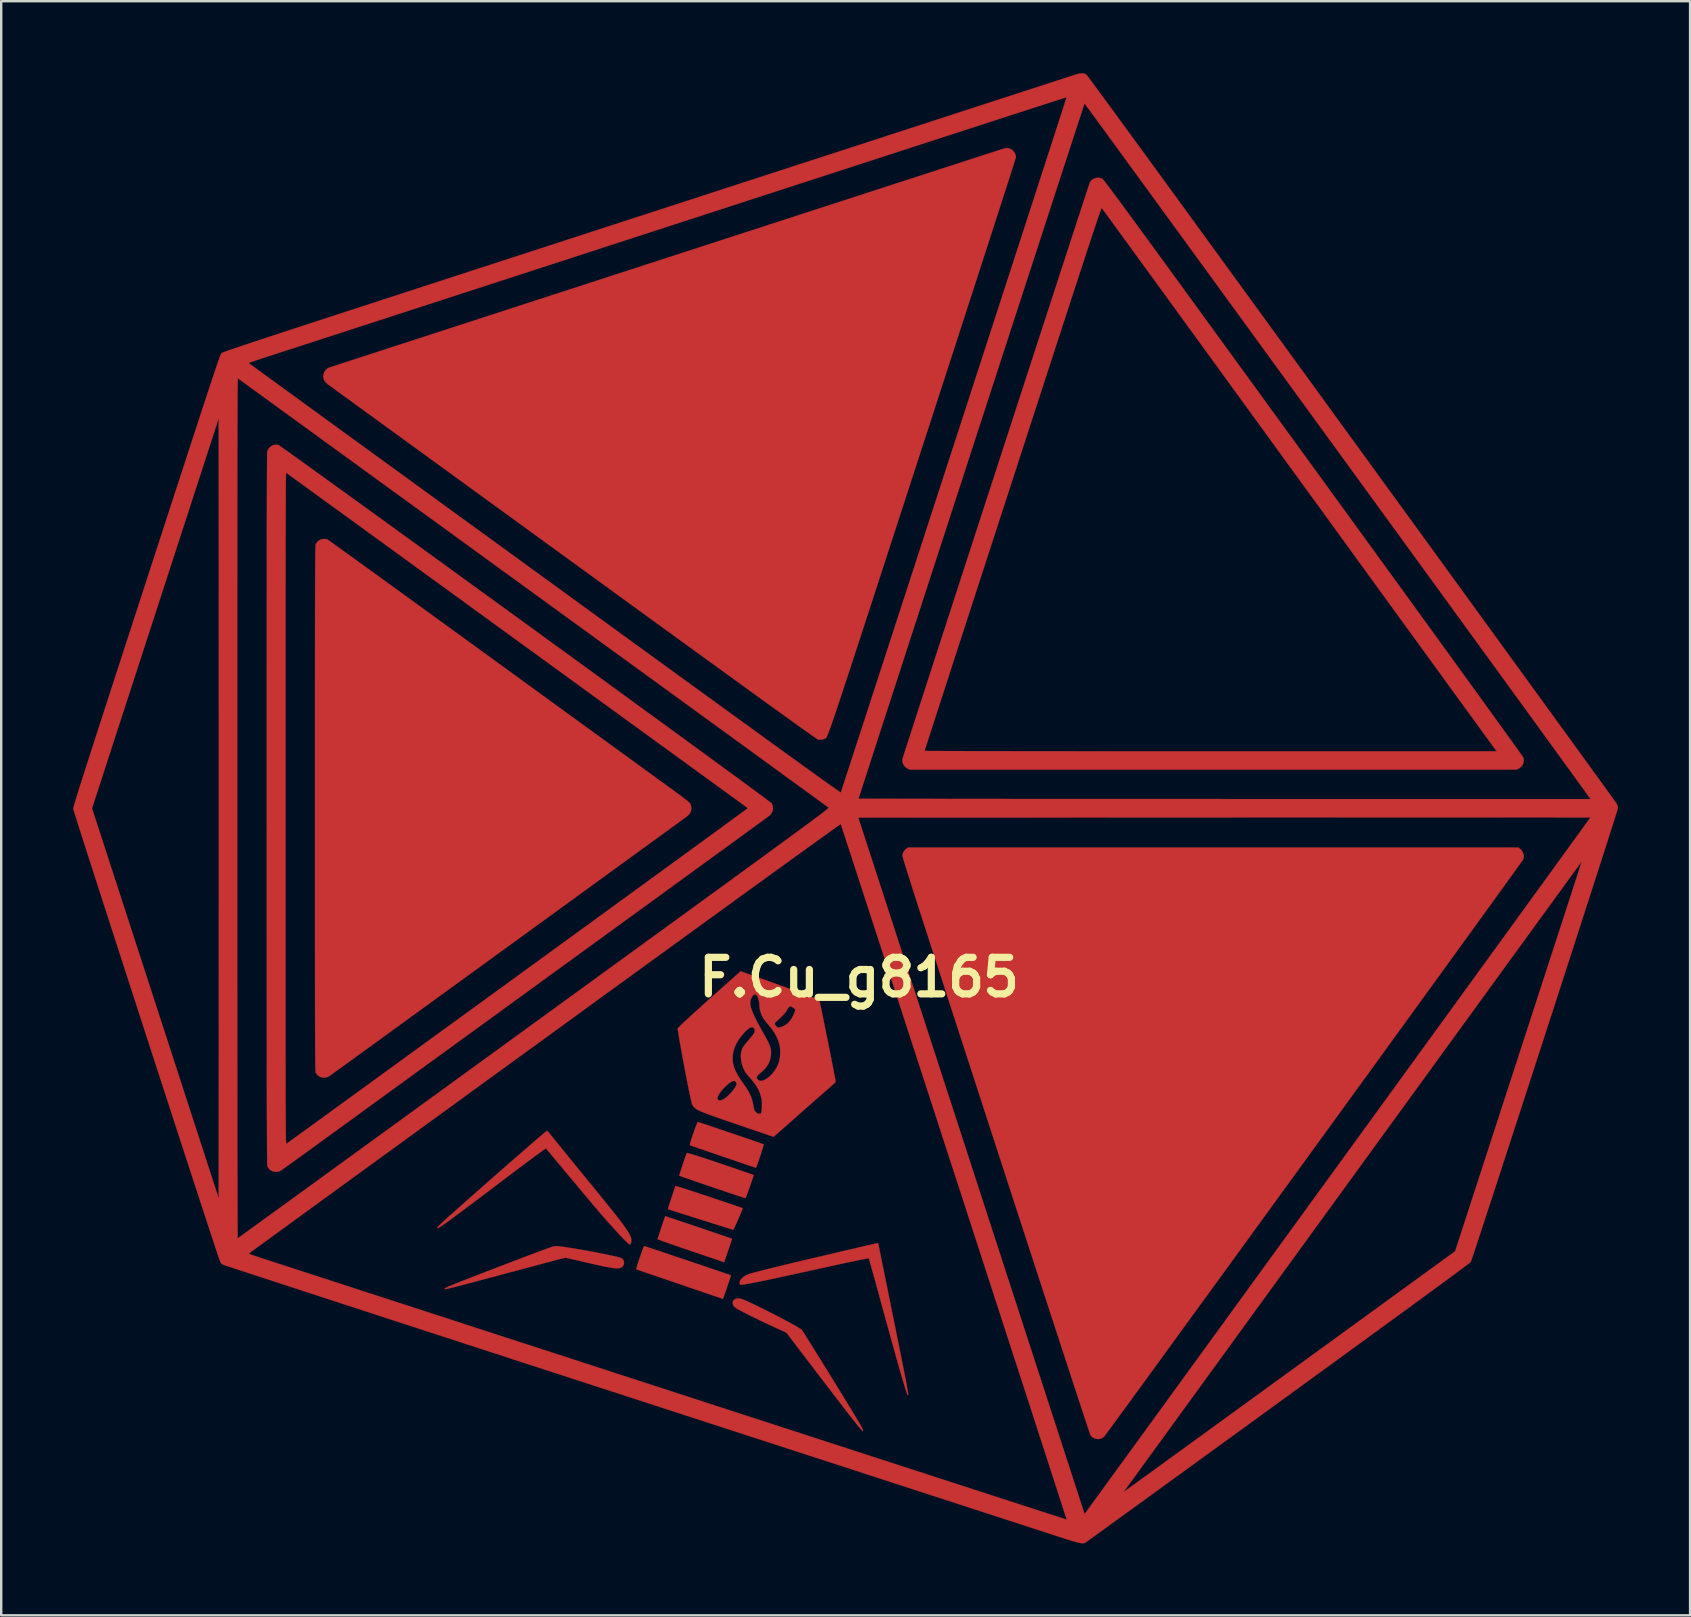
<source format=kicad_pcb>
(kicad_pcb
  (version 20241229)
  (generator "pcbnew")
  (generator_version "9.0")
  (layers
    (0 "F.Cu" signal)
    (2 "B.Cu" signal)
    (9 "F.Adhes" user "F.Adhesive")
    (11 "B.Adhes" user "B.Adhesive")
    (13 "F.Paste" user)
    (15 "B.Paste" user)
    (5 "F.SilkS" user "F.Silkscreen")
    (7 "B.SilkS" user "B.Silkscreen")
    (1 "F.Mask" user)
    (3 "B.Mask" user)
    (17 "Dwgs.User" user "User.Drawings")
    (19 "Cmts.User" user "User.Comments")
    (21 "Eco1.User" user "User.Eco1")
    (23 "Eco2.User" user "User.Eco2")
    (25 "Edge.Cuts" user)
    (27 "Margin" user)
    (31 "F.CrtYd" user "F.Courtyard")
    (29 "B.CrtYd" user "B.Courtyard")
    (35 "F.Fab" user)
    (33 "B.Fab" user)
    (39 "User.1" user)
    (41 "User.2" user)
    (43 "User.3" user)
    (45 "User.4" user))
  (footprint "F.Cu_g8165"
    (layer "F.Cu")
    (at 32.743 37.673)
    (property "Reference" "F.Cu_g8165" (at 0 0 0) (layer "F.SilkS") (effects (font (size 1.524 1.524) (thickness 0.3))))
    (attr through_hole)
    (fp_poly (pts (xy -8.055 9.959) (xy -7.999 9.977) (xy -7.911 10.006) (xy -7.794 10.045) (xy -7.653 10.092) (xy -7.492 10.146) (xy -7.314 10.206) (xy -7.124 10.269) (xy -6.925 10.336) (xy -6.721 10.405) (xy -6.517 10.474) (xy -6.316 10.542) (xy -6.123 10.608) (xy -5.94 10.669) (xy -5.772 10.726) (xy -5.624 10.777) (xy -5.498 10.82) (xy -5.399 10.854) (xy -5.331 10.878) (xy -5.298 10.89) (xy -5.296 10.891) (xy -5.3 10.912) (xy -5.317 10.967) (xy -5.344 11.051) (xy -5.379 11.159) (xy -5.421 11.284) (xy -5.454 11.383) (xy -5.62 11.87) (xy -7.006 11.399) (xy -7.238 11.32) (xy -7.458 11.245) (xy -7.662 11.174) (xy -7.848 11.109) (xy -8.012 11.052) (xy -8.15 11.002) (xy -8.261 10.962) (xy -8.34 10.932) (xy -8.384 10.914) (xy -8.392 10.909) (xy -8.386 10.886) (xy -8.368 10.829) (xy -8.342 10.746) (xy -8.308 10.644) (xy -8.271 10.529) (xy -8.231 10.409) (xy -8.191 10.29) (xy -8.154 10.179) (xy -8.121 10.083) (xy -8.096 10.009) (xy -8.08 9.964) (xy -8.075 9.953) (xy -8.055 9.959)) (stroke (width 0.01) (type solid)) (fill yes) (layer "F.Cu"))
    (fp_poly (pts (xy -7.099 7.334) (xy -7.01 7.358) (xy -6.886 7.395) (xy -6.727 7.445) (xy -6.531 7.508) (xy -6.299 7.585) (xy -6.03 7.675) (xy -5.723 7.779) (xy -5.377 7.897) (xy -4.993 8.028) (xy -4.811 8.091) (xy -4.384 8.238) (xy -4.549 8.716) (xy -4.596 8.85) (xy -4.639 8.97) (xy -4.677 9.071) (xy -4.706 9.146) (xy -4.726 9.19) (xy -4.733 9.2) (xy -4.756 9.194) (xy -4.815 9.175) (xy -4.908 9.145) (xy -5.031 9.105) (xy -5.181 9.055) (xy -5.354 8.997) (xy -5.548 8.932) (xy -5.758 8.861) (xy -5.982 8.785) (xy -6.116 8.739) (xy -6.346 8.661) (xy -6.565 8.586) (xy -6.768 8.517) (xy -6.952 8.453) (xy -7.115 8.397) (xy -7.252 8.35) (xy -7.362 8.312) (xy -7.439 8.284) (xy -7.482 8.269) (xy -7.49 8.265) (xy -7.485 8.244) (xy -7.47 8.19) (xy -7.445 8.109) (xy -7.412 8.008) (xy -7.375 7.895) (xy -7.336 7.776) (xy -7.296 7.659) (xy -7.258 7.548) (xy -7.225 7.453) (xy -7.198 7.378) (xy -7.18 7.332) (xy -7.175 7.322) (xy -7.154 7.322) (xy -7.099 7.334)) (stroke (width 0.01) (type solid)) (fill yes) (layer "F.Cu"))
    (fp_poly (pts (xy -7.621 8.698) (xy -7.563 8.715) (xy -7.474 8.743) (xy -7.356 8.78) (xy -7.214 8.826) (xy -7.052 8.879) (xy -6.873 8.937) (xy -6.682 9) (xy -6.482 9.066) (xy -6.278 9.134) (xy -6.073 9.202) (xy -5.871 9.27) (xy -5.677 9.335) (xy -5.494 9.397) (xy -5.326 9.453) (xy -5.177 9.504) (xy -5.052 9.548) (xy -4.953 9.582) (xy -4.886 9.607) (xy -4.853 9.62) (xy -4.851 9.621) (xy -4.855 9.643) (xy -4.874 9.696) (xy -4.905 9.774) (xy -4.945 9.871) (xy -4.991 9.98) (xy -5.04 10.094) (xy -5.09 10.207) (xy -5.136 10.311) (xy -5.178 10.401) (xy -5.21 10.469) (xy -5.232 10.509) (xy -5.239 10.517) (xy -5.262 10.511) (xy -5.322 10.493) (xy -5.416 10.464) (xy -5.54 10.425) (xy -5.691 10.378) (xy -5.866 10.323) (xy -6.06 10.262) (xy -6.271 10.196) (xy -6.496 10.125) (xy -6.604 10.091) (xy -6.833 10.018) (xy -7.05 9.949) (xy -7.252 9.885) (xy -7.435 9.827) (xy -7.596 9.775) (xy -7.732 9.732) (xy -7.839 9.697) (xy -7.913 9.673) (xy -7.953 9.66) (xy -7.958 9.658) (xy -7.954 9.636) (xy -7.939 9.582) (xy -7.915 9.501) (xy -7.883 9.4) (xy -7.847 9.286) (xy -7.808 9.166) (xy -7.768 9.047) (xy -7.73 8.934) (xy -7.696 8.836) (xy -7.669 8.759) (xy -7.649 8.708) (xy -7.642 8.693) (xy -7.621 8.698)) (stroke (width 0.01) (type solid)) (fill yes) (layer "F.Cu"))
    (fp_poly (pts (xy -6.681 6.037) (xy -6.62 6.057) (xy -6.527 6.087) (xy -6.409 6.127) (xy -6.27 6.174) (xy -6.114 6.226) (xy -5.958 6.279) (xy -5.754 6.348) (xy -5.53 6.424) (xy -5.297 6.504) (xy -5.066 6.582) (xy -4.849 6.655) (xy -4.658 6.72) (xy -4.614 6.734) (xy -4.46 6.787) (xy -4.318 6.836) (xy -4.194 6.879) (xy -4.093 6.915) (xy -4.02 6.942) (xy -3.98 6.958) (xy -3.973 6.961) (xy -3.976 6.984) (xy -3.99 7.04) (xy -4.014 7.122) (xy -4.046 7.223) (xy -4.082 7.338) (xy -4.122 7.458) (xy -4.162 7.578) (xy -4.201 7.691) (xy -4.236 7.79) (xy -4.265 7.868) (xy -4.286 7.919) (xy -4.296 7.936) (xy -4.318 7.929) (xy -4.376 7.909) (xy -4.467 7.878) (xy -4.589 7.837) (xy -4.738 7.786) (xy -4.91 7.728) (xy -5.102 7.662) (xy -5.311 7.591) (xy -5.534 7.515) (xy -5.652 7.475) (xy -5.881 7.397) (xy -6.099 7.322) (xy -6.302 7.252) (xy -6.487 7.189) (xy -6.651 7.133) (xy -6.79 7.085) (xy -6.901 7.047) (xy -6.98 7.019) (xy -7.025 7.004) (xy -7.032 7.001) (xy -7.043 6.993) (xy -7.047 6.976) (xy -7.044 6.946) (xy -7.032 6.897) (xy -7.011 6.825) (xy -6.978 6.726) (xy -6.934 6.594) (xy -6.903 6.504) (xy -6.845 6.337) (xy -6.797 6.209) (xy -6.761 6.117) (xy -6.733 6.058) (xy -6.714 6.031) (xy -6.707 6.028) (xy -6.681 6.037)) (stroke (width 0.01) (type solid)) (fill yes) (layer "F.Cu"))
    (fp_poly (pts (xy -8.927 11.204) (xy -8.869 11.223) (xy -8.778 11.253) (xy -8.657 11.293) (xy -8.51 11.343) (xy -8.34 11.4) (xy -8.151 11.463) (xy -7.946 11.532) (xy -7.728 11.605) (xy -7.502 11.681) (xy -7.271 11.759) (xy -7.037 11.838) (xy -6.806 11.916) (xy -6.579 11.993) (xy -6.361 12.066) (xy -6.155 12.136) (xy -5.964 12.201) (xy -5.792 12.259) (xy -5.643 12.31) (xy -5.52 12.352) (xy -5.426 12.384) (xy -5.364 12.406) (xy -5.339 12.415) (xy -5.339 12.415) (xy -5.343 12.435) (xy -5.359 12.489) (xy -5.385 12.569) (xy -5.418 12.669) (xy -5.456 12.783) (xy -5.496 12.903) (xy -5.537 13.024) (xy -5.577 13.138) (xy -5.612 13.238) (xy -5.642 13.32) (xy -5.662 13.374) (xy -5.672 13.396) (xy -5.673 13.396) (xy -5.694 13.389) (xy -5.752 13.369) (xy -5.845 13.338) (xy -5.969 13.296) (xy -6.122 13.244) (xy -6.3 13.183) (xy -6.502 13.114) (xy -6.723 13.039) (xy -6.962 12.958) (xy -7.215 12.871) (xy -7.472 12.784) (xy -7.736 12.693) (xy -7.989 12.607) (xy -8.228 12.525) (xy -8.45 12.45) (xy -8.651 12.381) (xy -8.83 12.32) (xy -8.983 12.267) (xy -9.108 12.225) (xy -9.2 12.193) (xy -9.259 12.173) (xy -9.28 12.166) (xy -9.279 12.144) (xy -9.266 12.09) (xy -9.242 12.01) (xy -9.211 11.909) (xy -9.174 11.796) (xy -9.133 11.676) (xy -9.092 11.557) (xy -9.052 11.445) (xy -9.015 11.346) (xy -8.984 11.267) (xy -8.961 11.215) (xy -8.949 11.197) (xy -8.927 11.204)) (stroke (width 0.01) (type solid)) (fill yes) (layer "F.Cu"))
    (fp_poly (pts (xy -4.968 13.384) (xy -4.887 13.405) (xy -4.784 13.444) (xy -4.711 13.474) (xy -4.574 13.536) (xy -4.412 13.613) (xy -4.229 13.701) (xy -4.031 13.799) (xy -3.823 13.902) (xy -3.612 14.01) (xy -3.403 14.117) (xy -3.201 14.223) (xy -3.011 14.323) (xy -2.84 14.416) (xy -2.692 14.498) (xy -2.574 14.567) (xy -2.515 14.603) (xy -2.381 14.687) (xy -1.849 15.54) (xy -1.556 16.011) (xy -1.271 16.47) (xy -0.998 16.912) (xy -0.739 17.334) (xy -0.496 17.731) (xy -0.274 18.098) (xy -0.219 18.188) (xy -0.111 18.368) (xy -0.023 18.516) (xy 0.047 18.634) (xy 0.099 18.725) (xy 0.135 18.794) (xy 0.158 18.842) (xy 0.168 18.874) (xy 0.168 18.892) (xy 0.159 18.901) (xy 0.149 18.902) (xy 0.131 18.886) (xy 0.09 18.842) (xy 0.031 18.774) (xy -0.041 18.687) (xy -0.123 18.586) (xy -0.155 18.547) (xy -0.23 18.452) (xy -0.325 18.33) (xy -0.442 18.181) (xy -0.579 18.004) (xy -0.738 17.797) (xy -0.919 17.562) (xy -1.123 17.296) (xy -1.35 17) (xy -1.6 16.673) (xy -1.875 16.313) (xy -2.174 15.922) (xy -2.492 15.505) (xy -3.024 14.806) (xy -3.528 14.575) (xy -3.714 14.489) (xy -3.905 14.399) (xy -4.098 14.307) (xy -4.288 14.215) (xy -4.471 14.126) (xy -4.641 14.041) (xy -4.794 13.964) (xy -4.925 13.896) (xy -5.03 13.84) (xy -5.103 13.798) (xy -5.13 13.781) (xy -5.21 13.708) (xy -5.254 13.629) (xy -5.265 13.55) (xy -5.244 13.479) (xy -5.192 13.422) (xy -5.111 13.386) (xy -5.035 13.377) (xy -4.968 13.384)) (stroke (width 0.01) (type solid)) (fill yes) (layer "F.Cu"))
    (fp_poly (pts (xy -12.557 11.203) (xy -12.526 11.206) (xy -12.421 11.217) (xy -12.286 11.235) (xy -12.124 11.259) (xy -11.941 11.288) (xy -11.743 11.321) (xy -11.533 11.358) (xy -11.317 11.396) (xy -11.099 11.437) (xy -10.886 11.478) (xy -10.68 11.518) (xy -10.488 11.557) (xy -10.315 11.594) (xy -10.164 11.627) (xy -10.042 11.657) (xy -9.953 11.681) (xy -9.911 11.696) (xy -9.841 11.744) (xy -9.801 11.812) (xy -9.789 11.891) (xy -9.804 11.97) (xy -9.846 12.041) (xy -9.913 12.093) (xy -9.956 12.109) (xy -10.005 12.119) (xy -10.066 12.123) (xy -10.139 12.121) (xy -10.23 12.113) (xy -10.34 12.097) (xy -10.473 12.074) (xy -10.632 12.043) (xy -10.82 12.003) (xy -11.04 11.954) (xy -11.295 11.896) (xy -11.573 11.831) (xy -11.73 11.794) (xy -11.876 11.76) (xy -12.004 11.731) (xy -12.11 11.708) (xy -12.187 11.692) (xy -12.23 11.685) (xy -12.236 11.684) (xy -12.264 11.689) (xy -12.329 11.705) (xy -12.427 11.73) (xy -12.556 11.763) (xy -12.711 11.803) (xy -12.889 11.85) (xy -13.087 11.902) (xy -13.3 11.959) (xy -13.525 12.019) (xy -13.575 12.032) (xy -13.985 12.142) (xy -14.378 12.248) (xy -14.754 12.348) (xy -15.11 12.443) (xy -15.444 12.533) (xy -15.755 12.615) (xy -16.04 12.691) (xy -16.298 12.759) (xy -16.527 12.819) (xy -16.725 12.87) (xy -16.89 12.913) (xy -17.021 12.946) (xy -17.115 12.97) (xy -17.171 12.983) (xy -17.182 12.985) (xy -17.242 12.991) (xy -17.27 12.983) (xy -17.272 12.979) (xy -17.26 12.965) (xy -17.221 12.942) (xy -17.155 12.909) (xy -17.059 12.866) (xy -16.931 12.813) (xy -16.77 12.747) (xy -16.574 12.669) (xy -16.341 12.577) (xy -16.189 12.517) (xy -15.972 12.433) (xy -15.735 12.342) (xy -15.484 12.245) (xy -15.222 12.145) (xy -14.954 12.042) (xy -14.686 11.94) (xy -14.421 11.839) (xy -14.164 11.741) (xy -13.92 11.649) (xy -13.693 11.563) (xy -13.488 11.486) (xy -13.31 11.419) (xy -13.163 11.365) (xy -13.07 11.331) (xy -12.938 11.283) (xy -12.838 11.248) (xy -12.762 11.224) (xy -12.704 11.209) (xy -12.656 11.202) (xy -12.609 11.2) (xy -12.557 11.203)) (stroke (width 0.01) (type solid)) (fill yes) (layer "F.Cu"))
    (fp_poly (pts (xy 0.799 11.096) (xy 0.812 11.159) (xy 0.834 11.263) (xy 0.864 11.408) (xy 0.902 11.594) (xy 0.948 11.821) (xy 1.002 12.087) (xy 1.064 12.394) (xy 1.134 12.74) (xy 1.213 13.126) (xy 1.299 13.552) (xy 1.392 14.016) (xy 1.494 14.52) (xy 1.604 15.063) (xy 1.721 15.644) (xy 1.823 16.15) (xy 1.866 16.366) (xy 1.907 16.572) (xy 1.943 16.763) (xy 1.976 16.935) (xy 2.003 17.083) (xy 2.025 17.205) (xy 2.04 17.296) (xy 2.048 17.352) (xy 2.048 17.367) (xy 2.042 17.431) (xy 2.007 17.354) (xy 1.989 17.308) (xy 1.965 17.241) (xy 1.935 17.152) (xy 1.9 17.039) (xy 1.858 16.901) (xy 1.809 16.737) (xy 1.754 16.546) (xy 1.69 16.325) (xy 1.619 16.074) (xy 1.54 15.792) (xy 1.452 15.476) (xy 1.354 15.126) (xy 1.248 14.741) (xy 1.131 14.318) (xy 1.004 13.857) (xy 0.899 13.473) (xy 0.827 13.208) (xy 0.758 12.956) (xy 0.692 12.719) (xy 0.632 12.499) (xy 0.577 12.3) (xy 0.528 12.125) (xy 0.487 11.976) (xy 0.454 11.857) (xy 0.429 11.771) (xy 0.415 11.72) (xy 0.411 11.708) (xy 0.389 11.708) (xy 0.329 11.717) (xy 0.232 11.735) (xy 0.097 11.761) (xy -0.077 11.797) (xy -0.289 11.841) (xy -0.54 11.894) (xy -0.831 11.957) (xy -1.162 12.029) (xy -1.533 12.11) (xy -1.945 12.2) (xy -2.339 12.287) (xy -2.769 12.382) (xy -3.158 12.466) (xy -3.508 12.542) (xy -3.818 12.607) (xy -4.089 12.663) (xy -4.322 12.71) (xy -4.517 12.748) (xy -4.675 12.776) (xy -4.796 12.796) (xy -4.881 12.806) (xy -4.93 12.808) (xy -4.944 12.805) (xy -4.975 12.755) (xy -4.973 12.692) (xy -4.941 12.62) (xy -4.884 12.547) (xy -4.806 12.477) (xy -4.712 12.416) (xy -4.631 12.379) (xy -4.572 12.359) (xy -4.475 12.331) (xy -4.345 12.295) (xy -4.185 12.253) (xy -3.999 12.205) (xy -3.792 12.152) (xy -3.567 12.096) (xy -3.328 12.037) (xy -3.078 11.977) (xy -2.822 11.916) (xy -2.614 11.866) (xy -2.45 11.828) (xy -2.251 11.781) (xy -2.024 11.728) (xy -1.776 11.67) (xy -1.514 11.608) (xy -1.244 11.544) (xy -0.973 11.481) (xy -0.707 11.418) (xy -0.532 11.377) (xy -0.303 11.324) (xy -0.086 11.273) (xy 0.114 11.226) (xy 0.296 11.185) (xy 0.455 11.148) (xy 0.587 11.118) (xy 0.689 11.095) (xy 0.759 11.08) (xy 0.791 11.074) (xy 0.793 11.074) (xy 0.799 11.096)) (stroke (width 0.01) (type solid)) (fill yes) (layer "F.Cu"))
    (fp_poly (pts (xy -12.98 6.408) (xy -12.941 6.45) (xy -12.888 6.513) (xy -12.836 6.577) (xy -12.786 6.639) (xy -12.71 6.733) (xy -12.608 6.86) (xy -12.48 7.017) (xy -12.327 7.206) (xy -12.148 7.426) (xy -11.945 7.675) (xy -11.717 7.955) (xy -11.465 8.264) (xy -11.189 8.603) (xy -10.89 8.969) (xy -10.782 9.102) (xy -10.559 9.376) (xy -10.361 9.621) (xy -10.189 9.837) (xy -10.039 10.028) (xy -9.911 10.195) (xy -9.802 10.341) (xy -9.713 10.467) (xy -9.641 10.576) (xy -9.584 10.669) (xy -9.541 10.75) (xy -9.512 10.819) (xy -9.493 10.88) (xy -9.484 10.934) (xy -9.483 10.964) (xy -9.49 11.025) (xy -9.509 11.083) (xy -9.534 11.123) (xy -9.552 11.134) (xy -9.574 11.12) (xy -9.62 11.082) (xy -9.682 11.026) (xy -9.742 10.97) (xy -9.819 10.892) (xy -9.92 10.786) (xy -10.039 10.658) (xy -10.173 10.512) (xy -10.317 10.353) (xy -10.467 10.185) (xy -10.618 10.014) (xy -10.767 9.844) (xy -10.85 9.747) (xy -10.898 9.691) (xy -10.968 9.608) (xy -11.057 9.503) (xy -11.162 9.378) (xy -11.281 9.236) (xy -11.412 9.08) (xy -11.551 8.914) (xy -11.697 8.739) (xy -11.847 8.56) (xy -11.999 8.379) (xy -12.149 8.2) (xy -12.295 8.024) (xy -12.436 7.856) (xy -12.568 7.698) (xy -12.689 7.553) (xy -12.796 7.424) (xy -12.887 7.315) (xy -12.959 7.227) (xy -13.01 7.165) (xy -13.038 7.131) (xy -13.042 7.126) (xy -13.06 7.136) (xy -13.11 7.169) (xy -13.189 7.224) (xy -13.293 7.3) (xy -13.422 7.394) (xy -13.573 7.505) (xy -13.742 7.63) (xy -13.928 7.768) (xy -14.128 7.918) (xy -14.339 8.077) (xy -14.523 8.216) (xy -14.899 8.5) (xy -15.242 8.759) (xy -15.554 8.995) (xy -15.837 9.209) (xy -16.092 9.401) (xy -16.321 9.572) (xy -16.524 9.725) (xy -16.704 9.859) (xy -16.863 9.977) (xy -17 10.078) (xy -17.119 10.165) (xy -17.22 10.238) (xy -17.305 10.298) (xy -17.375 10.346) (xy -17.432 10.384) (xy -17.477 10.412) (xy -17.512 10.432) (xy -17.537 10.444) (xy -17.556 10.45) (xy -17.569 10.451) (xy -17.573 10.45) (xy -17.572 10.431) (xy -17.541 10.389) (xy -17.481 10.325) (xy -17.452 10.297) (xy -17.391 10.239) (xy -17.303 10.159) (xy -17.192 10.058) (xy -17.058 9.937) (xy -16.905 9.8) (xy -16.734 9.648) (xy -16.547 9.483) (xy -16.348 9.306) (xy -16.138 9.12) (xy -15.919 8.927) (xy -15.693 8.728) (xy -15.464 8.526) (xy -15.232 8.322) (xy -15 8.119) (xy -14.771 7.918) (xy -14.546 7.722) (xy -14.328 7.531) (xy -14.118 7.349) (xy -13.92 7.177) (xy -13.736 7.017) (xy -13.567 6.87) (xy -13.415 6.74) (xy -13.284 6.627) (xy -13.174 6.534) (xy -13.09 6.463) (xy -13.031 6.416) (xy -13.002 6.394) (xy -12.999 6.392) (xy -12.98 6.408)) (stroke (width 0.01) (type solid)) (fill yes) (layer "F.Cu"))
    (fp_poly (pts (xy 27.531 -5.364) (xy 27.619 -5.276) (xy 27.676 -5.17) (xy 27.7 -5.055) (xy 27.686 -4.942) (xy 27.682 -4.927) (xy 27.668 -4.906) (xy 27.63 -4.852) (xy 27.569 -4.766) (xy 27.485 -4.649) (xy 27.38 -4.502) (xy 27.253 -4.326) (xy 27.106 -4.122) (xy 26.94 -3.891) (xy 26.754 -3.634) (xy 26.551 -3.353) (xy 26.331 -3.048) (xy 26.094 -2.721) (xy 25.842 -2.372) (xy 25.574 -2.002) (xy 25.293 -1.613) (xy 24.998 -1.206) (xy 24.69 -0.782) (xy 24.371 -0.341) (xy 24.041 0.115) (xy 23.7 0.585) (xy 23.35 1.068) (xy 22.991 1.563) (xy 22.624 2.069) (xy 22.25 2.584) (xy 21.87 3.109) (xy 21.484 3.641) (xy 21.093 4.18) (xy 20.697 4.725) (xy 20.299 5.274) (xy 19.898 5.826) (xy 19.495 6.381) (xy 19.091 6.938) (xy 18.687 7.495) (xy 18.283 8.051) (xy 17.88 8.605) (xy 17.48 9.156) (xy 17.082 9.704) (xy 16.688 10.246) (xy 16.299 10.783) (xy 15.914 11.312) (xy 15.535 11.833) (xy 15.163 12.345) (xy 14.798 12.847) (xy 14.442 13.337) (xy 14.094 13.815) (xy 13.757 14.279) (xy 13.429 14.729) (xy 13.113 15.164) (xy 12.809 15.581) (xy 12.518 15.981) (xy 12.24 16.363) (xy 11.977 16.724) (xy 11.729 17.065) (xy 11.496 17.383) (xy 11.281 17.679) (xy 11.083 17.951) (xy 10.903 18.197) (xy 10.741 18.417) (xy 10.6 18.61) (xy 10.479 18.775) (xy 10.38 18.911) (xy 10.302 19.016) (xy 10.247 19.089) (xy 10.216 19.13) (xy 10.209 19.139) (xy 10.108 19.208) (xy 9.994 19.239) (xy 9.874 19.229) (xy 9.784 19.196) (xy 9.719 19.155) (xy 9.664 19.107) (xy 9.651 19.091) (xy 9.642 19.068) (xy 9.62 19.005) (xy 9.586 18.904) (xy 9.54 18.767) (xy 9.483 18.593) (xy 9.414 18.385) (xy 9.334 18.144) (xy 9.244 17.869) (xy 9.143 17.564) (xy 9.033 17.228) (xy 8.913 16.863) (xy 8.785 16.47) (xy 8.647 16.05) (xy 8.501 15.604) (xy 8.348 15.133) (xy 8.186 14.639) (xy 8.017 14.123) (xy 7.842 13.585) (xy 7.66 13.026) (xy 7.471 12.449) (xy 7.277 11.853) (xy 7.078 11.241) (xy 6.873 10.612) (xy 6.664 9.969) (xy 6.45 9.313) (xy 6.232 8.644) (xy 6.011 7.963) (xy 5.786 7.272) (xy 5.702 7.012) (xy 5.427 6.168) (xy 5.166 5.362) (xy 4.917 4.596) (xy 4.68 3.866) (xy 4.455 3.173) (xy 4.241 2.516) (xy 4.039 1.894) (xy 3.848 1.306) (xy 3.668 0.751) (xy 3.499 0.227) (xy 3.339 -0.265) (xy 3.189 -0.727) (xy 3.049 -1.159) (xy 2.919 -1.563) (xy 2.797 -1.939) (xy 2.684 -2.289) (xy 2.58 -2.613) (xy 2.483 -2.913) (xy 2.395 -3.188) (xy 2.314 -3.44) (xy 2.24 -3.67) (xy 2.174 -3.879) (xy 2.114 -4.068) (xy 2.06 -4.238) (xy 2.013 -4.388) (xy 1.971 -4.522) (xy 1.935 -4.638) (xy 1.904 -4.739) (xy 1.878 -4.825) (xy 1.856 -4.898) (xy 1.839 -4.957) (xy 1.826 -5.004) (xy 1.817 -5.04) (xy 1.811 -5.065) (xy 1.809 -5.081) (xy 1.809 -5.088) (xy 1.843 -5.206) (xy 1.907 -5.301) (xy 1.962 -5.349) (xy 2.039 -5.408) (xy 27.471 -5.408) (xy 27.531 -5.364)) (stroke (width 0.01) (type solid)) (fill yes) (layer "F.Cu"))
    (fp_poly (pts (xy -22.162 -18.25) (xy -22.154 -18.247) (xy -22.133 -18.233) (xy -22.08 -18.195) (xy -21.994 -18.134) (xy -21.878 -18.051) (xy -21.731 -17.946) (xy -21.557 -17.82) (xy -21.355 -17.674) (xy -21.126 -17.51) (xy -20.873 -17.327) (xy -20.596 -17.126) (xy -20.296 -16.909) (xy -19.974 -16.676) (xy -19.632 -16.428) (xy -19.27 -16.166) (xy -18.89 -15.891) (xy -18.493 -15.603) (xy -18.08 -15.304) (xy -17.653 -14.993) (xy -17.211 -14.673) (xy -16.757 -14.344) (xy -16.292 -14.006) (xy -15.817 -13.661) (xy -15.332 -13.309) (xy -15.088 -13.131) (xy -14.595 -12.773) (xy -14.109 -12.42) (xy -13.63 -12.072) (xy -13.16 -11.73) (xy -12.7 -11.396) (xy -12.252 -11.071) (xy -11.817 -10.755) (xy -11.396 -10.448) (xy -10.99 -10.153) (xy -10.6 -9.87) (xy -10.228 -9.6) (xy -9.875 -9.344) (xy -9.542 -9.102) (xy -9.231 -8.876) (xy -8.942 -8.666) (xy -8.677 -8.473) (xy -8.438 -8.299) (xy -8.224 -8.144) (xy -8.039 -8.01) (xy -7.882 -7.896) (xy -7.755 -7.804) (xy -7.66 -7.735) (xy -7.597 -7.689) (xy -7.584 -7.679) (xy -7.455 -7.585) (xy -7.335 -7.494) (xy -7.23 -7.413) (xy -7.143 -7.344) (xy -7.081 -7.291) (xy -7.048 -7.259) (xy -7.046 -7.256) (xy -7.008 -7.176) (xy -6.989 -7.078) (xy -6.997 -6.951) (xy -7.045 -6.838) (xy -7.133 -6.738) (xy -7.17 -6.708) (xy -7.201 -6.685) (xy -7.264 -6.639) (xy -7.359 -6.57) (xy -7.483 -6.479) (xy -7.636 -6.368) (xy -7.816 -6.237) (xy -8.022 -6.087) (xy -8.252 -5.92) (xy -8.505 -5.736) (xy -8.78 -5.536) (xy -9.075 -5.322) (xy -9.39 -5.093) (xy -9.721 -4.852) (xy -10.07 -4.599) (xy -10.433 -4.335) (xy -10.809 -4.061) (xy -11.198 -3.779) (xy -11.598 -3.488) (xy -12.007 -3.191) (xy -12.425 -2.888) (xy -12.849 -2.579) (xy -13.279 -2.267) (xy -13.713 -1.952) (xy -14.15 -1.634) (xy -14.589 -1.316) (xy -15.027 -0.998) (xy -15.464 -0.68) (xy -15.899 -0.364) (xy -16.33 -0.052) (xy -16.755 0.257) (xy -17.174 0.561) (xy -17.584 0.859) (xy -17.986 1.151) (xy -18.376 1.435) (xy -18.755 1.709) (xy -19.12 1.975) (xy -19.471 2.229) (xy -19.805 2.472) (xy -20.122 2.702) (xy -20.42 2.918) (xy -20.698 3.12) (xy -20.955 3.306) (xy -21.188 3.476) (xy -21.398 3.628) (xy -21.582 3.761) (xy -21.739 3.875) (xy -21.868 3.968) (xy -21.967 4.04) (xy -22.035 4.09) (xy -22.071 4.115) (xy -22.076 4.119) (xy -22.182 4.166) (xy -22.299 4.182) (xy -22.413 4.165) (xy -22.423 4.161) (xy -22.534 4.1) (xy -22.615 4.008) (xy -22.637 3.968) (xy -22.639 3.96) (xy -22.641 3.946) (xy -22.644 3.925) (xy -22.646 3.896) (xy -22.648 3.858) (xy -22.65 3.809) (xy -22.651 3.749) (xy -22.653 3.676) (xy -22.655 3.591) (xy -22.656 3.49) (xy -22.657 3.374) (xy -22.659 3.242) (xy -22.66 3.091) (xy -22.661 2.922) (xy -22.662 2.734) (xy -22.663 2.524) (xy -22.664 2.292) (xy -22.664 2.038) (xy -22.665 1.759) (xy -22.666 1.455) (xy -22.666 1.125) (xy -22.667 0.768) (xy -22.667 0.383) (xy -22.668 -0.032) (xy -22.668 -0.477) (xy -22.668 -0.954) (xy -22.669 -1.463) (xy -22.669 -2.006) (xy -22.669 -2.583) (xy -22.669 -3.197) (xy -22.669 -3.847) (xy -22.669 -4.534) (xy -22.669 -5.261) (xy -22.669 -6.028) (xy -22.669 -6.835) (xy -22.669 -7.037) (xy -22.669 -7.864) (xy -22.669 -8.65) (xy -22.669 -9.396) (xy -22.669 -10.102) (xy -22.669 -10.77) (xy -22.669 -11.401) (xy -22.669 -11.995) (xy -22.668 -12.555) (xy -22.668 -13.08) (xy -22.668 -13.572) (xy -22.667 -14.031) (xy -22.667 -14.46) (xy -22.666 -14.858) (xy -22.666 -15.227) (xy -22.665 -15.568) (xy -22.664 -15.882) (xy -22.664 -16.169) (xy -22.663 -16.432) (xy -22.662 -16.67) (xy -22.661 -16.885) (xy -22.66 -17.079) (xy -22.659 -17.251) (xy -22.657 -17.403) (xy -22.656 -17.536) (xy -22.655 -17.65) (xy -22.653 -17.748) (xy -22.651 -17.83) (xy -22.65 -17.897) (xy -22.648 -17.95) (xy -22.646 -17.99) (xy -22.644 -18.017) (xy -22.642 -18.034) (xy -22.64 -18.04) (xy -22.587 -18.124) (xy -22.511 -18.197) (xy -22.43 -18.244) (xy -22.345 -18.263) (xy -22.247 -18.265) (xy -22.162 -18.25)) (stroke (width 0.01) (type solid)) (fill yes) (layer "F.Cu"))
    (fp_poly (pts (xy 6.284 -34.529) (xy 6.374 -34.481) (xy 6.394 -34.465) (xy 6.457 -34.395) (xy 6.507 -34.306) (xy 6.536 -34.217) (xy 6.54 -34.18) (xy 6.534 -34.157) (xy 6.514 -34.095) (xy 6.483 -33.994) (xy 6.439 -33.857) (xy 6.384 -33.684) (xy 6.317 -33.476) (xy 6.24 -33.234) (xy 6.152 -32.96) (xy 6.053 -32.655) (xy 5.945 -32.319) (xy 5.828 -31.955) (xy 5.701 -31.562) (xy 5.565 -31.142) (xy 5.421 -30.696) (xy 5.269 -30.226) (xy 5.109 -29.732) (xy 4.942 -29.216) (xy 4.768 -28.678) (xy 4.587 -28.12) (xy 4.4 -27.543) (xy 4.207 -26.947) (xy 4.008 -26.335) (xy 3.805 -25.707) (xy 3.596 -25.064) (xy 3.383 -24.408) (xy 3.166 -23.739) (xy 2.945 -23.058) (xy 2.72 -22.368) (xy 2.635 -22.106) (xy 2.364 -21.27) (xy 2.105 -20.474) (xy 1.859 -19.716) (xy 1.624 -18.995) (xy 1.402 -18.311) (xy 1.191 -17.663) (xy 0.992 -17.049) (xy 0.803 -16.469) (xy 0.625 -15.921) (xy 0.457 -15.405) (xy 0.299 -14.919) (xy 0.151 -14.464) (xy 0.011 -14.037) (xy -0.119 -13.639) (xy -0.24 -13.267) (xy -0.353 -12.921) (xy -0.459 -12.601) (xy -0.556 -12.304) (xy -0.646 -12.031) (xy -0.729 -11.779) (xy -0.806 -11.549) (xy -0.875 -11.34) (xy -0.939 -11.149) (xy -0.997 -10.978) (xy -1.05 -10.823) (xy -1.097 -10.685) (xy -1.14 -10.563) (xy -1.178 -10.455) (xy -1.212 -10.361) (xy -1.242 -10.279) (xy -1.268 -10.21) (xy -1.291 -10.151) (xy -1.311 -10.102) (xy -1.329 -10.062) (xy -1.344 -10.03) (xy -1.358 -10.005) (xy -1.37 -9.986) (xy -1.38 -9.972) (xy -1.389 -9.962) (xy -1.398 -9.955) (xy -1.407 -9.951) (xy -1.415 -9.948) (xy -1.423 -9.945) (xy -1.432 -9.942) (xy -1.439 -9.939) (xy -1.557 -9.902) (xy -1.685 -9.906) (xy -1.704 -9.91) (xy -1.718 -9.917) (xy -1.748 -9.936) (xy -1.795 -9.967) (xy -1.859 -10.011) (xy -1.941 -10.068) (xy -2.041 -10.138) (xy -2.161 -10.223) (xy -2.3 -10.322) (xy -2.46 -10.435) (xy -2.64 -10.565) (xy -2.842 -10.71) (xy -3.066 -10.871) (xy -3.314 -11.049) (xy -3.584 -11.244) (xy -3.879 -11.457) (xy -4.198 -11.687) (xy -4.543 -11.936) (xy -4.913 -12.205) (xy -5.31 -12.492) (xy -5.734 -12.799) (xy -6.186 -13.127) (xy -6.666 -13.475) (xy -7.176 -13.845) (xy -7.714 -14.236) (xy -8.284 -14.649) (xy -8.884 -15.084) (xy -9.515 -15.543) (xy -10.179 -16.025) (xy -10.875 -16.531) (xy -11.604 -17.061) (xy -11.927 -17.295) (xy -12.516 -17.723) (xy -13.096 -18.144) (xy -13.667 -18.559) (xy -14.227 -18.966) (xy -14.776 -19.366) (xy -15.314 -19.756) (xy -15.838 -20.137) (xy -16.348 -20.507) (xy -16.843 -20.867) (xy -17.322 -21.215) (xy -17.785 -21.551) (xy -18.229 -21.874) (xy -18.655 -22.184) (xy -19.061 -22.479) (xy -19.446 -22.759) (xy -19.81 -23.023) (xy -20.151 -23.271) (xy -20.468 -23.501) (xy -20.761 -23.714) (xy -21.029 -23.909) (xy -21.27 -24.084) (xy -21.484 -24.239) (xy -21.669 -24.374) (xy -21.825 -24.487) (xy -21.951 -24.579) (xy -22.046 -24.648) (xy -22.109 -24.694) (xy -22.139 -24.715) (xy -22.141 -24.717) (xy -22.24 -24.811) (xy -22.302 -24.918) (xy -22.325 -25.035) (xy -22.311 -25.141) (xy -22.272 -25.232) (xy -22.211 -25.316) (xy -22.139 -25.378) (xy -22.103 -25.397) (xy -22.079 -25.405) (xy -22.016 -25.425) (xy -21.915 -25.458) (xy -21.778 -25.503) (xy -21.605 -25.56) (xy -21.399 -25.627) (xy -21.159 -25.705) (xy -20.889 -25.793) (xy -20.588 -25.891) (xy -20.257 -25.998) (xy -19.9 -26.115) (xy -19.515 -26.24) (xy -19.106 -26.373) (xy -18.672 -26.514) (xy -18.216 -26.662) (xy -17.738 -26.817) (xy -17.239 -26.979) (xy -16.722 -27.147) (xy -16.187 -27.321) (xy -15.635 -27.5) (xy -15.068 -27.684) (xy -14.487 -27.873) (xy -13.894 -28.066) (xy -13.288 -28.263) (xy -12.673 -28.463) (xy -12.048 -28.665) (xy -11.415 -28.871) (xy -10.776 -29.078) (xy -10.132 -29.288) (xy -9.483 -29.498) (xy -8.832 -29.71) (xy -8.179 -29.921) (xy -7.526 -30.134) (xy -6.874 -30.345) (xy -6.223 -30.556) (xy -5.576 -30.766) (xy -4.934 -30.975) (xy -4.298 -31.181) (xy -3.669 -31.385) (xy -3.048 -31.587) (xy -2.437 -31.785) (xy -1.837 -31.98) (xy -1.249 -32.171) (xy -0.674 -32.357) (xy -0.114 -32.539) (xy 0.43 -32.716) (xy 0.958 -32.887) (xy 1.466 -33.052) (xy 1.956 -33.21) (xy 2.424 -33.362) (xy 2.87 -33.507) (xy 3.293 -33.644) (xy 3.691 -33.773) (xy 4.064 -33.894) (xy 4.409 -34.006) (xy 4.726 -34.108) (xy 5.014 -34.202) (xy 5.271 -34.285) (xy 5.495 -34.357) (xy 5.687 -34.419) (xy 5.843 -34.47) (xy 5.964 -34.509) (xy 6.048 -34.536) (xy 6.094 -34.55) (xy 6.102 -34.553) (xy 6.188 -34.555) (xy 6.284 -34.529)) (stroke (width 0.01) (type solid)) (fill yes) (layer "F.Cu"))
    (fp_poly (pts (xy 10.112 -33.287) (xy 10.133 -33.277) (xy 10.141 -33.271) (xy 10.153 -33.26) (xy 10.169 -33.242) (xy 10.19 -33.216) (xy 10.218 -33.183) (xy 10.251 -33.141) (xy 10.291 -33.089) (xy 10.339 -33.027) (xy 10.394 -32.954) (xy 10.458 -32.87) (xy 10.531 -32.773) (xy 10.613 -32.662) (xy 10.705 -32.538) (xy 10.807 -32.4) (xy 10.921 -32.246) (xy 11.046 -32.076) (xy 11.183 -31.889) (xy 11.332 -31.685) (xy 11.495 -31.463) (xy 11.672 -31.221) (xy 11.862 -30.96) (xy 12.068 -30.679) (xy 12.289 -30.377) (xy 12.525 -30.052) (xy 12.778 -29.705) (xy 13.048 -29.335) (xy 13.335 -28.941) (xy 13.64 -28.521) (xy 13.963 -28.077) (xy 14.306 -27.606) (xy 14.668 -27.108) (xy 15.05 -26.583) (xy 15.453 -26.029) (xy 15.876 -25.446) (xy 16.322 -24.834) (xy 16.789 -24.19) (xy 17.279 -23.516) (xy 17.793 -22.809) (xy 18.33 -22.07) (xy 18.892 -21.297) (xy 18.936 -21.236) (xy 19.434 -20.551) (xy 19.922 -19.878) (xy 20.401 -19.219) (xy 20.87 -18.573) (xy 21.328 -17.942) (xy 21.775 -17.327) (xy 22.209 -16.728) (xy 22.632 -16.145) (xy 23.041 -15.581) (xy 23.437 -15.035) (xy 23.819 -14.508) (xy 24.186 -14.001) (xy 24.539 -13.515) (xy 24.875 -13.05) (xy 25.195 -12.608) (xy 25.499 -12.189) (xy 25.785 -11.793) (xy 26.054 -11.422) (xy 26.303 -11.076) (xy 26.534 -10.756) (xy 26.746 -10.463) (xy 26.937 -10.197) (xy 27.108 -9.96) (xy 27.258 -9.752) (xy 27.386 -9.573) (xy 27.492 -9.425) (xy 27.575 -9.309) (xy 27.634 -9.224) (xy 27.67 -9.172) (xy 27.681 -9.155) (xy 27.701 -9.039) (xy 27.682 -8.924) (xy 27.63 -8.82) (xy 27.547 -8.737) (xy 27.49 -8.702) (xy 27.397 -8.657) (xy 2.106 -8.657) (xy 2.016 -8.702) (xy 1.925 -8.767) (xy 1.856 -8.856) (xy 1.813 -8.958) (xy 1.804 -9.062) (xy 1.808 -9.088) (xy 1.815 -9.112) (xy 1.835 -9.176) (xy 1.868 -9.277) (xy 1.912 -9.415) (xy 1.918 -9.435) (xy 2.73 -9.435) (xy 2.751 -9.434) (xy 2.813 -9.433) (xy 2.915 -9.432) (xy 3.056 -9.431) (xy 3.234 -9.43) (xy 3.449 -9.43) (xy 3.699 -9.429) (xy 3.983 -9.428) (xy 4.299 -9.427) (xy 4.648 -9.426) (xy 5.026 -9.426) (xy 5.434 -9.425) (xy 5.87 -9.424) (xy 6.333 -9.424) (xy 6.821 -9.423) (xy 7.334 -9.423) (xy 7.87 -9.422) (xy 8.428 -9.422) (xy 9.007 -9.421) (xy 9.605 -9.421) (xy 10.222 -9.42) (xy 10.856 -9.42) (xy 11.506 -9.42) (xy 12.171 -9.42) (xy 12.85 -9.419) (xy 13.541 -9.419) (xy 14.244 -9.419) (xy 14.65 -9.419) (xy 26.569 -9.419) (xy 26.518 -9.488) (xy 26.502 -9.509) (xy 26.463 -9.563) (xy 26.4 -9.649) (xy 26.314 -9.768) (xy 26.206 -9.916) (xy 26.076 -10.095) (xy 25.925 -10.302) (xy 25.754 -10.538) (xy 25.564 -10.8) (xy 25.354 -11.088) (xy 25.126 -11.402) (xy 24.881 -11.74) (xy 24.618 -12.101) (xy 24.339 -12.485) (xy 24.045 -12.891) (xy 23.735 -13.317) (xy 23.411 -13.763) (xy 23.073 -14.228) (xy 22.722 -14.711) (xy 22.359 -15.211) (xy 21.984 -15.727) (xy 21.598 -16.259) (xy 21.202 -16.805) (xy 20.795 -17.364) (xy 20.38 -17.936) (xy 19.956 -18.52) (xy 19.524 -19.115) (xy 19.085 -19.719) (xy 18.639 -20.332) (xy 18.31 -20.786) (xy 17.86 -21.405) (xy 17.417 -22.015) (xy 16.98 -22.617) (xy 16.55 -23.208) (xy 16.129 -23.788) (xy 15.716 -24.356) (xy 15.313 -24.911) (xy 14.92 -25.453) (xy 14.537 -25.979) (xy 14.165 -26.491) (xy 13.806 -26.985) (xy 13.459 -27.462) (xy 13.126 -27.921) (xy 12.806 -28.361) (xy 12.501 -28.78) (xy 12.211 -29.179) (xy 11.937 -29.556) (xy 11.68 -29.91) (xy 11.44 -30.24) (xy 11.217 -30.545) (xy 11.014 -30.826) (xy 10.829 -31.079) (xy 10.664 -31.306) (xy 10.52 -31.504) (xy 10.396 -31.673) (xy 10.295 -31.812) (xy 10.216 -31.921) (xy 10.16 -31.997) (xy 10.128 -32.041) (xy 10.12 -32.052) (xy 10.116 -32.053) (xy 10.112 -32.049) (xy 10.107 -32.041) (xy 10.099 -32.027) (xy 10.089 -32.005) (xy 10.077 -31.975) (xy 10.062 -31.937) (xy 10.044 -31.888) (xy 10.023 -31.829) (xy 9.997 -31.758) (xy 9.968 -31.673) (xy 9.934 -31.575) (xy 9.896 -31.462) (xy 9.853 -31.333) (xy 9.804 -31.188) (xy 9.75 -31.025) (xy 9.689 -30.843) (xy 9.623 -30.641) (xy 9.549 -30.419) (xy 9.469 -30.175) (xy 9.382 -29.909) (xy 9.287 -29.619) (xy 9.184 -29.304) (xy 9.073 -28.964) (xy 8.953 -28.598) (xy 8.825 -28.204) (xy 8.687 -27.782) (xy 8.54 -27.331) (xy 8.383 -26.849) (xy 8.216 -26.336) (xy 8.039 -25.79) (xy 7.851 -25.212) (xy 7.651 -24.599) (xy 7.441 -23.951) (xy 7.218 -23.267) (xy 6.984 -22.546) (xy 6.737 -21.786) (xy 6.478 -20.988) (xy 6.407 -20.77) (xy 6.188 -20.096) (xy 5.972 -19.433) (xy 5.761 -18.781) (xy 5.553 -18.141) (xy 5.349 -17.515) (xy 5.151 -16.903) (xy 4.957 -16.307) (xy 4.769 -15.728) (xy 4.587 -15.167) (xy 4.411 -14.625) (xy 4.242 -14.103) (xy 4.079 -13.602) (xy 3.924 -13.125) (xy 3.777 -12.671) (xy 3.638 -12.241) (xy 3.507 -11.838) (xy 3.385 -11.462) (xy 3.272 -11.114) (xy 3.169 -10.795) (xy 3.076 -10.507) (xy 2.993 -10.251) (xy 2.92 -10.027) (xy 2.859 -9.838) (xy 2.809 -9.683) (xy 2.771 -9.565) (xy 2.745 -9.484) (xy 2.732 -9.442) (xy 2.73 -9.435) (xy 1.918 -9.435) (xy 1.967 -9.587) (xy 2.034 -9.792) (xy 2.11 -10.03) (xy 2.197 -10.299) (xy 2.294 -10.597) (xy 2.399 -10.922) (xy 2.513 -11.275) (xy 2.636 -11.653) (xy 2.766 -12.055) (xy 2.904 -12.48) (xy 3.048 -12.926) (xy 3.2 -13.392) (xy 3.357 -13.876) (xy 3.52 -14.378) (xy 3.688 -14.895) (xy 3.86 -15.428) (xy 4.038 -15.973) (xy 4.218 -16.53) (xy 4.403 -17.098) (xy 4.59 -17.675) (xy 4.78 -18.259) (xy 4.972 -18.85) (xy 5.166 -19.446) (xy 5.361 -20.046) (xy 5.557 -20.648) (xy 5.753 -21.252) (xy 5.949 -21.855) (xy 6.144 -22.456) (xy 6.339 -23.054) (xy 6.532 -23.648) (xy 6.723 -24.236) (xy 6.912 -24.817) (xy 7.098 -25.39) (xy 7.281 -25.953) (xy 7.461 -26.505) (xy 7.637 -27.044) (xy 7.808 -27.569) (xy 7.974 -28.08) (xy 8.134 -28.573) (xy 8.289 -29.049) (xy 8.438 -29.506) (xy 8.58 -29.942) (xy 8.715 -30.356) (xy 8.842 -30.747) (xy 8.962 -31.113) (xy 9.073 -31.453) (xy 9.175 -31.766) (xy 9.268 -32.05) (xy 9.351 -32.304) (xy 9.424 -32.527) (xy 9.486 -32.717) (xy 9.537 -32.872) (xy 9.577 -32.993) (xy 9.605 -33.076) (xy 9.62 -33.122) (xy 9.623 -33.13) (xy 9.688 -33.214) (xy 9.779 -33.275) (xy 9.888 -33.309) (xy 10.002 -33.314) (xy 10.112 -33.287)) (stroke (width 0.01) (type solid)) (fill yes) (layer "F.Cu"))
    (fp_poly (pts (xy -4.79 -0.202) (xy -4.667 -0.16) (xy -4.52 -0.108) (xy -4.351 -0.048) (xy -4.164 0.019) (xy -3.963 0.091) (xy -3.751 0.167) (xy -3.532 0.247) (xy -3.309 0.327) (xy -3.087 0.408) (xy -2.868 0.488) (xy -2.657 0.565) (xy -2.456 0.638) (xy -2.27 0.707) (xy -2.102 0.769) (xy -1.955 0.823) (xy -1.834 0.869) (xy -1.742 0.904) (xy -1.683 0.927) (xy -1.659 0.938) (xy -1.659 0.938) (xy -1.652 0.961) (xy -1.638 1.022) (xy -1.618 1.117) (xy -1.591 1.242) (xy -1.559 1.393) (xy -1.523 1.567) (xy -1.484 1.76) (xy -1.441 1.968) (xy -1.397 2.188) (xy -1.351 2.415) (xy -1.304 2.646) (xy -1.258 2.877) (xy -1.213 3.104) (xy -1.169 3.323) (xy -1.128 3.531) (xy -1.09 3.724) (xy -1.056 3.898) (xy -1.027 4.05) (xy -1.003 4.175) (xy -0.986 4.27) (xy -0.976 4.331) (xy -0.973 4.353) (xy -0.989 4.373) (xy -1.032 4.416) (xy -1.1 4.479) (xy -1.188 4.558) (xy -1.291 4.649) (xy -1.406 4.749) (xy -1.413 4.755) (xy -1.518 4.846) (xy -1.649 4.961) (xy -1.802 5.094) (xy -1.97 5.242) (xy -2.15 5.4) (xy -2.334 5.562) (xy -2.519 5.726) (xy -2.698 5.885) (xy -2.704 5.89) (xy -2.865 6.033) (xy -3.016 6.167) (xy -3.155 6.289) (xy -3.278 6.398) (xy -3.382 6.49) (xy -3.466 6.563) (xy -3.525 6.614) (xy -3.556 6.641) (xy -3.561 6.645) (xy -3.582 6.638) (xy -3.639 6.619) (xy -3.729 6.588) (xy -3.848 6.548) (xy -3.993 6.498) (xy -4.161 6.441) (xy -4.347 6.377) (xy -4.549 6.308) (xy -4.731 6.246) (xy -5.057 6.135) (xy -5.347 6.035) (xy -5.601 5.948) (xy -5.822 5.871) (xy -6.014 5.804) (xy -6.178 5.745) (xy -6.317 5.694) (xy -6.434 5.65) (xy -6.531 5.611) (xy -6.61 5.578) (xy -6.675 5.548) (xy -6.727 5.521) (xy -6.77 5.495) (xy -6.805 5.471) (xy -6.835 5.447) (xy -6.852 5.432) (xy -6.915 5.363) (xy -6.956 5.282) (xy -6.971 5.234) (xy -6.989 5.161) (xy -7.014 5.051) (xy -7.017 5.037) (xy -5.899 5.037) (xy -5.895 5.071) (xy -5.872 5.098) (xy -5.862 5.106) (xy -5.826 5.128) (xy -5.786 5.132) (xy -5.731 5.116) (xy -5.652 5.08) (xy -5.646 5.077) (xy -5.567 5.027) (xy -5.479 4.955) (xy -5.389 4.868) (xy -5.301 4.773) (xy -5.223 4.676) (xy -5.159 4.585) (xy -5.117 4.507) (xy -5.101 4.448) (xy -5.101 4.448) (xy -5.117 4.372) (xy -5.16 4.326) (xy -5.224 4.314) (xy -5.297 4.337) (xy -5.389 4.394) (xy -5.489 4.475) (xy -5.592 4.573) (xy -5.69 4.678) (xy -5.775 4.784) (xy -5.842 4.883) (xy -5.882 4.967) (xy -5.886 4.979) (xy -5.899 5.037) (xy -7.017 5.037) (xy -7.044 4.909) (xy -7.079 4.74) (xy -7.118 4.548) (xy -7.16 4.337) (xy -7.204 4.114) (xy -7.248 3.882) (xy -7.293 3.647) (xy -7.332 3.44) (xy -5.267 3.44) (xy -5.248 3.592) (xy -5.208 3.746) (xy -5.144 3.906) (xy -5.053 4.078) (xy -4.935 4.267) (xy -4.786 4.477) (xy -4.763 4.508) (xy -4.61 4.741) (xy -4.498 4.972) (xy -4.428 5.203) (xy -4.413 5.28) (xy -4.395 5.376) (xy -4.376 5.462) (xy -4.358 5.526) (xy -4.349 5.547) (xy -4.298 5.618) (xy -4.236 5.667) (xy -4.172 5.69) (xy -4.114 5.683) (xy -4.083 5.659) (xy -4.068 5.62) (xy -4.056 5.548) (xy -4.048 5.453) (xy -4.045 5.347) (xy -4.046 5.238) (xy -4.052 5.136) (xy -4.063 5.053) (xy -4.063 5.052) (xy -4.12 4.84) (xy -4.208 4.639) (xy -4.329 4.444) (xy -4.488 4.247) (xy -4.535 4.196) (xy -4.66 4.053) (xy -4.754 3.919) (xy -4.823 3.782) (xy -4.874 3.631) (xy -4.901 3.515) (xy -4.926 3.313) (xy -4.914 3.133) (xy -4.866 2.974) (xy -4.854 2.949) (xy -4.817 2.888) (xy -4.76 2.808) (xy -4.69 2.719) (xy -4.627 2.645) (xy -4.524 2.526) (xy -4.447 2.432) (xy -4.394 2.358) (xy -4.362 2.299) (xy -4.346 2.248) (xy -4.344 2.203) (xy -4.344 2.202) (xy -4.361 2.138) (xy -4.404 2.098) (xy -4.454 2.079) (xy -4.506 2.081) (xy -4.564 2.108) (xy -4.635 2.161) (xy -4.724 2.244) (xy -4.762 2.283) (xy -4.935 2.483) (xy -5.075 2.692) (xy -5.178 2.908) (xy -5.243 3.125) (xy -5.265 3.284) (xy -5.267 3.44) (xy -7.332 3.44) (xy -7.337 3.412) (xy -7.379 3.183) (xy -7.418 2.965) (xy -7.454 2.762) (xy -7.486 2.579) (xy -7.504 2.468) (xy -7.559 2.132) (xy -7.479 2.048) (xy -7.416 1.986) (xy -7.323 1.897) (xy -7.201 1.784) (xy -7.052 1.646) (xy -6.876 1.485) (xy -6.675 1.304) (xy -6.451 1.102) (xy -6.41 1.065) (xy -4.535 1.065) (xy -4.529 1.147) (xy -4.509 1.245) (xy -4.472 1.36) (xy -4.417 1.495) (xy -4.344 1.654) (xy -4.251 1.839) (xy -4.138 2.052) (xy -4.002 2.298) (xy -3.96 2.372) (xy -3.867 2.54) (xy -3.794 2.679) (xy -3.74 2.794) (xy -3.702 2.893) (xy -3.679 2.981) (xy -3.667 3.066) (xy -3.665 3.152) (xy -3.668 3.217) (xy -3.702 3.42) (xy -3.775 3.606) (xy -3.887 3.775) (xy -4.038 3.927) (xy -4.074 3.956) (xy -4.168 4.034) (xy -4.229 4.096) (xy -4.26 4.146) (xy -4.264 4.189) (xy -4.256 4.209) (xy -4.201 4.28) (xy -4.13 4.314) (xy -4.042 4.312) (xy -3.933 4.273) (xy -3.912 4.263) (xy -3.776 4.174) (xy -3.644 4.051) (xy -3.523 3.902) (xy -3.42 3.734) (xy -3.352 3.585) (xy -3.315 3.455) (xy -3.291 3.299) (xy -3.282 3.132) (xy -3.287 2.967) (xy -3.308 2.821) (xy -3.311 2.808) (xy -3.386 2.574) (xy -3.502 2.343) (xy -3.66 2.112) (xy -3.791 1.955) (xy -3.809 1.934) (xy -3.514 1.934) (xy -3.499 1.972) (xy -3.464 2.02) (xy -3.45 2.036) (xy -3.403 2.077) (xy -3.362 2.091) (xy -3.307 2.086) (xy -3.238 2.067) (xy -3.159 2.038) (xy -3.133 2.027) (xy -3.006 1.946) (xy -2.89 1.831) (xy -2.791 1.689) (xy -2.731 1.566) (xy -2.697 1.485) (xy -2.67 1.42) (xy -2.653 1.378) (xy -2.649 1.37) (xy -2.658 1.345) (xy -2.693 1.307) (xy -2.741 1.267) (xy -2.792 1.234) (xy -2.828 1.218) (xy -2.882 1.218) (xy -2.93 1.248) (xy -2.978 1.314) (xy -3.009 1.373) (xy -3.059 1.451) (xy -3.14 1.548) (xy -3.248 1.659) (xy -3.381 1.782) (xy -3.414 1.811) (xy -3.467 1.862) (xy -3.503 1.908) (xy -3.514 1.934) (xy -3.809 1.934) (xy -3.862 1.872) (xy -3.93 1.787) (xy -3.983 1.714) (xy -4.003 1.683) (xy -4.061 1.565) (xy -4.108 1.435) (xy -4.139 1.308) (xy -4.149 1.208) (xy -4.156 1.074) (xy -4.177 0.951) (xy -4.21 0.845) (xy -4.251 0.765) (xy -4.297 0.72) (xy -4.351 0.712) (xy -4.405 0.742) (xy -4.456 0.805) (xy -4.499 0.897) (xy -4.527 0.994) (xy -4.535 1.065) (xy -6.41 1.065) (xy -6.205 0.881) (xy -5.938 0.643) (xy -5.816 0.534) (xy -4.933 -0.252) (xy -4.79 -0.202)) (stroke (width 0.01) (type solid)) (fill yes) (layer "F.Cu"))
    (fp_poly (pts (xy -24.2 -22.184) (xy -24.197 -22.184) (xy -24.175 -22.17) (xy -24.119 -22.132) (xy -24.032 -22.071) (xy -23.913 -21.987) (xy -23.765 -21.882) (xy -23.589 -21.756) (xy -23.385 -21.61) (xy -23.156 -21.445) (xy -22.901 -21.261) (xy -22.622 -21.061) (xy -22.32 -20.843) (xy -21.997 -20.61) (xy -21.654 -20.362) (xy -21.291 -20.1) (xy -20.91 -19.825) (xy -20.513 -19.537) (xy -20.099 -19.238) (xy -19.671 -18.928) (xy -19.229 -18.608) (xy -18.774 -18.279) (xy -18.309 -17.941) (xy -17.833 -17.597) (xy -17.349 -17.245) (xy -16.857 -16.888) (xy -16.358 -16.526) (xy -15.854 -16.16) (xy -15.345 -15.791) (xy -14.833 -15.42) (xy -14.319 -15.046) (xy -13.804 -14.672) (xy -13.29 -14.299) (xy -12.777 -13.926) (xy -12.266 -13.555) (xy -11.759 -13.186) (xy -11.257 -12.821) (xy -10.761 -12.46) (xy -10.272 -12.105) (xy -9.792 -11.755) (xy -9.321 -11.412) (xy -8.86 -11.076) (xy -8.412 -10.75) (xy -7.976 -10.432) (xy -7.554 -10.125) (xy -7.148 -9.828) (xy -6.757 -9.543) (xy -6.385 -9.271) (xy -6.031 -9.013) (xy -5.696 -8.768) (xy -5.383 -8.539) (xy -5.092 -8.326) (xy -4.824 -8.129) (xy -4.58 -7.95) (xy -4.362 -7.79) (xy -4.171 -7.649) (xy -4.007 -7.528) (xy -3.873 -7.428) (xy -3.768 -7.35) (xy -3.695 -7.294) (xy -3.655 -7.262) (xy -3.646 -7.255) (xy -3.595 -7.145) (xy -3.583 -7.029) (xy -3.609 -6.914) (xy -3.671 -6.806) (xy -3.749 -6.727) (xy -3.772 -6.71) (xy -3.827 -6.669) (xy -3.916 -6.605) (xy -4.035 -6.517) (xy -4.185 -6.408) (xy -4.364 -6.278) (xy -4.571 -6.127) (xy -4.805 -5.956) (xy -5.066 -5.766) (xy -5.352 -5.558) (xy -5.662 -5.332) (xy -5.996 -5.09) (xy -6.352 -4.831) (xy -6.729 -4.556) (xy -7.126 -4.267) (xy -7.543 -3.964) (xy -7.978 -3.648) (xy -8.431 -3.319) (xy -8.899 -2.978) (xy -9.383 -2.627) (xy -9.882 -2.264) (xy -10.393 -1.893) (xy -10.917 -1.512) (xy -11.452 -1.123) (xy -11.998 -0.726) (xy -12.553 -0.323) (xy -13.116 0.086) (xy -13.145 0.107) (xy -13.714 0.521) (xy -14.278 0.93) (xy -14.835 1.335) (xy -15.384 1.734) (xy -15.924 2.126) (xy -16.454 2.511) (xy -16.972 2.888) (xy -17.478 3.255) (xy -17.971 3.613) (xy -18.448 3.96) (xy -18.91 4.296) (xy -19.356 4.619) (xy -19.783 4.93) (xy -20.191 5.226) (xy -20.579 5.508) (xy -20.946 5.775) (xy -21.29 6.025) (xy -21.611 6.258) (xy -21.908 6.474) (xy -22.179 6.671) (xy -22.423 6.848) (xy -22.639 7.005) (xy -22.827 7.141) (xy -22.984 7.256) (xy -23.11 7.347) (xy -23.204 7.416) (xy -23.256 7.453) (xy -23.421 7.573) (xy -23.578 7.686) (xy -23.722 7.79) (xy -23.85 7.882) (xy -23.959 7.958) (xy -24.044 8.018) (xy -24.102 8.057) (xy -24.128 8.074) (xy -24.213 8.1) (xy -24.316 8.104) (xy -24.416 8.087) (xy -24.469 8.066) (xy -24.561 8.003) (xy -24.622 7.922) (xy -24.65 7.86) (xy -24.652 7.849) (xy -24.653 7.828) (xy -24.655 7.796) (xy -24.657 7.751) (xy -24.658 7.693) (xy -24.66 7.62) (xy -24.661 7.533) (xy -24.663 7.43) (xy -24.664 7.311) (xy -24.665 7.174) (xy -24.666 7.018) (xy -24.667 6.843) (xy -24.668 6.648) (xy -24.669 6.433) (xy -24.67 6.195) (xy -24.671 5.934) (xy -24.672 5.65) (xy -24.673 5.342) (xy -24.673 5.008) (xy -24.674 4.648) (xy -24.675 4.261) (xy -24.675 3.847) (xy -24.676 3.403) (xy -24.676 2.93) (xy -24.677 2.426) (xy -24.677 1.891) (xy -24.677 1.324) (xy -24.678 0.724) (xy -24.678 0.09) (xy -24.678 -0.579) (xy -24.678 -1.284) (xy -24.679 -2.025) (xy -24.679 -2.803) (xy -24.679 -3.62) (xy -24.679 -4.476) (xy -24.679 -5.372) (xy -24.679 -6.309) (xy -24.679 -7.027) (xy -24.679 -7.038) (xy -23.897 -7.038) (xy -23.897 -6.115) (xy -23.897 -5.234) (xy -23.897 -4.393) (xy -23.897 -3.592) (xy -23.897 -2.83) (xy -23.897 -2.104) (xy -23.897 -1.416) (xy -23.897 -0.763) (xy -23.897 -0.145) (xy -23.897 0.439) (xy -23.896 0.99) (xy -23.896 1.509) (xy -23.896 1.998) (xy -23.896 2.456) (xy -23.895 2.885) (xy -23.895 3.287) (xy -23.894 3.66) (xy -23.894 4.008) (xy -23.893 4.331) (xy -23.893 4.629) (xy -23.892 4.903) (xy -23.892 5.155) (xy -23.891 5.386) (xy -23.89 5.596) (xy -23.889 5.787) (xy -23.888 5.958) (xy -23.887 6.112) (xy -23.886 6.25) (xy -23.885 6.371) (xy -23.884 6.478) (xy -23.882 6.57) (xy -23.881 6.65) (xy -23.879 6.717) (xy -23.878 6.774) (xy -23.876 6.82) (xy -23.874 6.857) (xy -23.872 6.886) (xy -23.87 6.908) (xy -23.868 6.923) (xy -23.866 6.933) (xy -23.864 6.938) (xy -23.861 6.939) (xy -23.859 6.939) (xy -23.839 6.925) (xy -23.787 6.886) (xy -23.702 6.825) (xy -23.586 6.74) (xy -23.439 6.634) (xy -23.264 6.506) (xy -23.059 6.358) (xy -22.828 6.189) (xy -22.569 6.002) (xy -22.286 5.796) (xy -21.978 5.572) (xy -21.646 5.331) (xy -21.292 5.073) (xy -20.916 4.8) (xy -20.519 4.512) (xy -20.103 4.21) (xy -19.668 3.894) (xy -19.216 3.565) (xy -18.747 3.224) (xy -18.262 2.871) (xy -17.762 2.508) (xy -17.249 2.135) (xy -16.722 1.753) (xy -16.184 1.362) (xy -15.635 0.963) (xy -15.076 0.556) (xy -14.508 0.144) (xy -14.228 -0.06) (xy -13.656 -0.476) (xy -13.093 -0.885) (xy -12.54 -1.287) (xy -11.997 -1.682) (xy -11.465 -2.068) (xy -10.946 -2.446) (xy -10.441 -2.813) (xy -9.95 -3.171) (xy -9.474 -3.517) (xy -9.014 -3.851) (xy -8.572 -4.173) (xy -8.148 -4.482) (xy -7.744 -4.776) (xy -7.359 -5.056) (xy -6.996 -5.321) (xy -6.655 -5.569) (xy -6.337 -5.801) (xy -6.043 -6.016) (xy -5.774 -6.212) (xy -5.531 -6.389) (xy -5.315 -6.547) (xy -5.127 -6.684) (xy -4.968 -6.8) (xy -4.839 -6.895) (xy -4.741 -6.967) (xy -4.674 -7.016) (xy -4.641 -7.042) (xy -4.637 -7.045) (xy -4.653 -7.062) (xy -4.698 -7.098) (xy -4.763 -7.148) (xy -4.832 -7.198) (xy -4.861 -7.219) (xy -4.923 -7.264) (xy -5.017 -7.332) (xy -5.143 -7.423) (xy -5.299 -7.536) (xy -5.484 -7.671) (xy -5.697 -7.825) (xy -5.937 -8) (xy -6.204 -8.194) (xy -6.495 -8.405) (xy -6.811 -8.635) (xy -7.15 -8.881) (xy -7.512 -9.144) (xy -7.894 -9.422) (xy -8.297 -9.714) (xy -8.719 -10.021) (xy -9.159 -10.34) (xy -9.616 -10.672) (xy -10.089 -11.016) (xy -10.578 -11.371) (xy -11.081 -11.736) (xy -11.596 -12.111) (xy -12.124 -12.495) (xy -12.663 -12.886) (xy -13.212 -13.285) (xy -13.771 -13.691) (xy -14.337 -14.102) (xy -14.436 -14.174) (xy -15.002 -14.586) (xy -15.56 -14.991) (xy -16.108 -15.389) (xy -16.646 -15.78) (xy -17.172 -16.162) (xy -17.686 -16.536) (xy -18.187 -16.899) (xy -18.673 -17.252) (xy -19.143 -17.594) (xy -19.598 -17.924) (xy -20.035 -18.242) (xy -20.454 -18.546) (xy -20.853 -18.836) (xy -21.232 -19.112) (xy -21.59 -19.372) (xy -21.926 -19.615) (xy -22.238 -19.842) (xy -22.527 -20.051) (xy -22.79 -20.242) (xy -23.026 -20.414) (xy -23.236 -20.567) (xy -23.418 -20.698) (xy -23.57 -20.809) (xy -23.693 -20.898) (xy -23.784 -20.964) (xy -23.843 -21.007) (xy -23.869 -21.026) (xy -23.871 -21.026) (xy -23.873 -21.02) (xy -23.874 -20.999) (xy -23.876 -20.962) (xy -23.877 -20.908) (xy -23.879 -20.837) (xy -23.88 -20.748) (xy -23.882 -20.639) (xy -23.883 -20.511) (xy -23.884 -20.362) (xy -23.885 -20.191) (xy -23.886 -19.998) (xy -23.887 -19.782) (xy -23.888 -19.542) (xy -23.889 -19.277) (xy -23.89 -18.986) (xy -23.891 -18.669) (xy -23.892 -18.325) (xy -23.892 -17.953) (xy -23.893 -17.552) (xy -23.894 -17.121) (xy -23.894 -16.659) (xy -23.895 -16.166) (xy -23.895 -15.642) (xy -23.895 -15.084) (xy -23.896 -14.492) (xy -23.896 -13.866) (xy -23.896 -13.204) (xy -23.897 -12.506) (xy -23.897 -11.771) (xy -23.897 -10.999) (xy -23.897 -10.187) (xy -23.897 -9.336) (xy -23.897 -8.445) (xy -23.897 -7.513) (xy -23.897 -7.038) (xy -24.679 -7.038) (xy -24.679 -8.102) (xy -24.679 -9.136) (xy -24.679 -10.127) (xy -24.679 -11.076) (xy -24.679 -11.984) (xy -24.679 -12.851) (xy -24.678 -13.676) (xy -24.678 -14.461) (xy -24.678 -15.205) (xy -24.677 -15.909) (xy -24.676 -16.573) (xy -24.676 -17.197) (xy -24.675 -17.78) (xy -24.674 -18.325) (xy -24.674 -18.83) (xy -24.673 -19.296) (xy -24.672 -19.722) (xy -24.671 -20.111) (xy -24.67 -20.46) (xy -24.669 -20.772) (xy -24.668 -21.045) (xy -24.666 -21.281) (xy -24.665 -21.479) (xy -24.664 -21.64) (xy -24.662 -21.763) (xy -24.661 -21.849) (xy -24.659 -21.899) (xy -24.658 -21.912) (xy -24.608 -22.022) (xy -24.529 -22.108) (xy -24.429 -22.168) (xy -24.316 -22.195) (xy -24.2 -22.184)) (stroke (width 0.01) (type solid)) (fill yes) (layer "F.Cu"))
    (fp_poly (pts (xy 9.399 -37.649) (xy 9.472 -37.613) (xy 9.489 -37.593) (xy 9.53 -37.539) (xy 9.596 -37.451) (xy 9.687 -37.329) (xy 9.802 -37.174) (xy 9.942 -36.984) (xy 10.106 -36.761) (xy 10.294 -36.504) (xy 10.507 -36.214) (xy 10.744 -35.891) (xy 11.004 -35.534) (xy 11.289 -35.144) (xy 11.597 -34.722) (xy 11.93 -34.266) (xy 12.286 -33.778) (xy 12.666 -33.257) (xy 13.069 -32.704) (xy 13.496 -32.118) (xy 13.946 -31.499) (xy 14.419 -30.849) (xy 14.916 -30.166) (xy 15.436 -29.452) (xy 15.979 -28.705) (xy 16.545 -27.927) (xy 17.134 -27.117) (xy 17.746 -26.276) (xy 18.38 -25.403) (xy 19.038 -24.499) (xy 19.717 -23.563) (xy 20.42 -22.597) (xy 20.522 -22.456) (xy 21.045 -21.737) (xy 21.561 -21.026) (xy 22.071 -20.324) (xy 22.574 -19.632) (xy 23.07 -18.95) (xy 23.557 -18.279) (xy 24.035 -17.621) (xy 24.504 -16.975) (xy 24.963 -16.343) (xy 25.411 -15.726) (xy 25.849 -15.123) (xy 26.275 -14.537) (xy 26.688 -13.967) (xy 27.089 -13.415) (xy 27.477 -12.881) (xy 27.85 -12.366) (xy 28.21 -11.871) (xy 28.554 -11.397) (xy 28.883 -10.944) (xy 29.195 -10.513) (xy 29.491 -10.106) (xy 29.77 -9.722) (xy 30.03 -9.362) (xy 30.273 -9.028) (xy 30.496 -8.72) (xy 30.7 -8.438) (xy 30.884 -8.185) (xy 31.047 -7.96) (xy 31.189 -7.763) (xy 31.309 -7.597) (xy 31.407 -7.462) (xy 31.481 -7.358) (xy 31.533 -7.287) (xy 31.56 -7.248) (xy 31.565 -7.242) (xy 31.612 -7.134) (xy 31.623 -7.057) (xy 31.616 -7.032) (xy 31.597 -6.968) (xy 31.566 -6.867) (xy 31.523 -6.73) (xy 31.469 -6.559) (xy 31.405 -6.356) (xy 31.33 -6.121) (xy 31.245 -5.857) (xy 31.152 -5.565) (xy 31.05 -5.246) (xy 30.939 -4.903) (xy 30.821 -4.536) (xy 30.696 -4.147) (xy 30.564 -3.737) (xy 30.426 -3.309) (xy 30.282 -2.863) (xy 30.133 -2.402) (xy 29.98 -1.926) (xy 29.822 -1.438) (xy 29.66 -0.938) (xy 29.495 -0.429) (xy 29.328 0.089) (xy 29.158 0.613) (xy 28.987 1.143) (xy 28.814 1.676) (xy 28.64 2.211) (xy 28.467 2.746) (xy 28.293 3.281) (xy 28.121 3.813) (xy 27.949 4.341) (xy 27.779 4.864) (xy 27.612 5.379) (xy 27.447 5.886) (xy 27.286 6.383) (xy 27.128 6.868) (xy 26.974 7.34) (xy 26.825 7.797) (xy 26.682 8.238) (xy 26.544 8.661) (xy 26.412 9.064) (xy 26.287 9.447) (xy 26.169 9.808) (xy 26.059 10.145) (xy 25.957 10.456) (xy 25.863 10.74) (xy 25.779 10.996) (xy 25.705 11.222) (xy 25.64 11.416) (xy 25.587 11.577) (xy 25.544 11.704) (xy 25.513 11.795) (xy 25.494 11.848) (xy 25.489 11.861) (xy 25.469 11.879) (xy 25.415 11.921) (xy 25.327 11.987) (xy 25.207 12.077) (xy 25.053 12.191) (xy 24.868 12.328) (xy 24.651 12.488) (xy 24.402 12.671) (xy 24.122 12.876) (xy 23.812 13.104) (xy 23.471 13.353) (xy 23.101 13.624) (xy 22.701 13.916) (xy 22.272 14.228) (xy 21.815 14.562) (xy 21.329 14.916) (xy 20.816 15.29) (xy 20.275 15.683) (xy 19.708 16.096) (xy 19.113 16.528) (xy 18.493 16.979) (xy 17.847 17.449) (xy 17.473 17.721) (xy 16.952 18.1) (xy 16.439 18.472) (xy 15.935 18.838) (xy 15.442 19.196) (xy 14.961 19.546) (xy 14.493 19.886) (xy 14.038 20.216) (xy 13.598 20.535) (xy 13.174 20.843) (xy 12.767 21.138) (xy 12.379 21.42) (xy 12.009 21.688) (xy 11.66 21.941) (xy 11.332 22.179) (xy 11.026 22.401) (xy 10.744 22.605) (xy 10.486 22.792) (xy 10.254 22.96) (xy 10.049 23.109) (xy 9.871 23.237) (xy 9.722 23.344) (xy 9.603 23.43) (xy 9.515 23.493) (xy 9.459 23.533) (xy 9.436 23.549) (xy 9.436 23.549) (xy 9.403 23.565) (xy 9.367 23.575) (xy 9.325 23.58) (xy 9.273 23.578) (xy 9.208 23.568) (xy 9.126 23.551) (xy 9.024 23.524) (xy 8.897 23.488) (xy 8.744 23.441) (xy 8.559 23.382) (xy 8.341 23.311) (xy 8.191 23.263) (xy 8.124 23.241) (xy 8.017 23.206) (xy 7.872 23.159) (xy 7.69 23.099) (xy 7.471 23.028) (xy 7.217 22.946) (xy 6.929 22.852) (xy 6.608 22.748) (xy 6.255 22.633) (xy 5.87 22.508) (xy 5.455 22.373) (xy 5.011 22.228) (xy 4.538 22.075) (xy 4.039 21.913) (xy 3.513 21.742) (xy 2.962 21.563) (xy 2.387 21.376) (xy 1.788 21.181) (xy 1.168 20.979) (xy 0.526 20.771) (xy -0.136 20.556) (xy -0.817 20.334) (xy -1.516 20.107) (xy -2.233 19.874) (xy -2.965 19.636) (xy -3.713 19.393) (xy -4.475 19.146) (xy -5.25 18.894) (xy -6.038 18.638) (xy -6.836 18.379) (xy -7.645 18.116) (xy -8.462 17.85) (xy -9.288 17.582) (xy -9.62 17.474) (xy -10.443 17.207) (xy -11.256 16.943) (xy -12.058 16.682) (xy -12.849 16.425) (xy -13.627 16.172) (xy -14.392 15.923) (xy -15.142 15.679) (xy -15.877 15.44) (xy -16.595 15.206) (xy -17.297 14.978) (xy -17.98 14.756) (xy -18.644 14.539) (xy -19.288 14.33) (xy -19.91 14.127) (xy -20.511 13.931) (xy -21.09 13.742) (xy -21.644 13.562) (xy -22.173 13.389) (xy -22.677 13.224) (xy -23.155 13.069) (xy -23.604 12.922) (xy -24.026 12.784) (xy -24.418 12.656) (xy -24.779 12.538) (xy -25.109 12.429) (xy -25.407 12.332) (xy -25.672 12.245) (xy -25.903 12.169) (xy -26.099 12.104) (xy -26.259 12.051) (xy -26.382 12.011) (xy -26.467 11.982) (xy -26.513 11.966) (xy -26.522 11.962) (xy -26.564 11.92) (xy -26.607 11.859) (xy -26.623 11.831) (xy -26.634 11.802) (xy -26.657 11.735) (xy -26.693 11.631) (xy -26.737 11.5) (xy -25.415 11.5) (xy -25.414 11.51) (xy -25.393 11.525) (xy -25.348 11.546) (xy -25.275 11.574) (xy -25.171 11.61) (xy -25.034 11.656) (xy -24.886 11.705) (xy -24.838 11.72) (xy -24.751 11.748) (xy -24.626 11.789) (xy -24.464 11.842) (xy -24.265 11.906) (xy -24.031 11.982) (xy -23.762 12.069) (xy -23.46 12.167) (xy -23.126 12.276) (xy -22.76 12.395) (xy -22.364 12.523) (xy -21.939 12.662) (xy -21.485 12.809) (xy -21.004 12.966) (xy -20.496 13.131) (xy -19.962 13.304) (xy -19.404 13.485) (xy -18.823 13.674) (xy -18.219 13.87) (xy -17.594 14.074) (xy -16.947 14.283) (xy -16.282 14.5) (xy -15.598 14.722) (xy -14.896 14.95) (xy -14.177 15.184) (xy -13.443 15.422) (xy -12.694 15.665) (xy -11.931 15.913) (xy -11.156 16.165) (xy -10.369 16.421) (xy -9.572 16.68) (xy -8.764 16.942) (xy -7.948 17.208) (xy -7.842 17.242) (xy -7.029 17.506) (xy -6.225 17.768) (xy -5.432 18.025) (xy -4.651 18.279) (xy -3.883 18.528) (xy -3.128 18.774) (xy -2.388 19.014) (xy -1.663 19.249) (xy -0.955 19.479) (xy -0.264 19.704) (xy 0.409 19.922) (xy 1.062 20.134) (xy 1.695 20.34) (xy 2.306 20.538) (xy 2.896 20.729) (xy 3.462 20.913) (xy 4.005 21.089) (xy 4.523 21.257) (xy 5.014 21.417) (xy 5.479 21.568) (xy 5.916 21.709) (xy 6.325 21.842) (xy 6.703 21.964) (xy 7.051 22.077) (xy 7.368 22.18) (xy 7.652 22.272) (xy 7.903 22.353) (xy 8.119 22.423) (xy 8.3 22.481) (xy 8.445 22.528) (xy 8.552 22.562) (xy 8.622 22.585) (xy 8.652 22.594) (xy 8.653 22.594) (xy 8.647 22.574) (xy 8.628 22.515) (xy 8.597 22.417) (xy 8.554 22.282) (xy 8.499 22.111) (xy 8.432 21.904) (xy 8.354 21.663) (xy 8.265 21.389) (xy 8.166 21.083) (xy 8.057 20.746) (xy 7.938 20.378) (xy 7.81 19.982) (xy 7.672 19.557) (xy 7.525 19.105) (xy 7.37 18.626) (xy 7.207 18.123) (xy 7.036 17.595) (xy 6.857 17.044) (xy 6.671 16.471) (xy 6.478 15.877) (xy 6.279 15.263) (xy 6.073 14.629) (xy 5.862 13.978) (xy 5.645 13.309) (xy 5.422 12.624) (xy 5.195 11.924) (xy 4.963 11.21) (xy 4.727 10.483) (xy 4.487 9.744) (xy 4.243 8.993) (xy 3.996 8.233) (xy 3.958 8.114) (xy 3.71 7.352) (xy 3.465 6.6) (xy 3.225 5.858) (xy 2.988 5.129) (xy 2.755 4.412) (xy 2.526 3.71) (xy 2.303 3.022) (xy 2.084 2.35) (xy 1.872 1.696) (xy 1.665 1.059) (xy 1.464 0.441) (xy 1.269 -0.157) (xy 1.082 -0.734) (xy 0.901 -1.289) (xy 0.728 -1.821) (xy 0.563 -2.329) (xy 0.406 -2.812) (xy 0.257 -3.269) (xy 0.117 -3.699) (xy -0.014 -4.101) (xy -0.135 -4.474) (xy -0.247 -4.817) (xy -0.348 -5.129) (xy -0.44 -5.409) (xy -0.52 -5.655) (xy -0.589 -5.868) (xy -0.647 -6.046) (xy -0.694 -6.187) (xy -0.728 -6.292) (xy -0.75 -6.358) (xy -0.759 -6.385) (xy -0.759 -6.386) (xy -0.777 -6.375) (xy -0.829 -6.34) (xy -0.915 -6.28) (xy -1.034 -6.195) (xy -1.186 -6.087) (xy -1.371 -5.954) (xy -1.588 -5.798) (xy -1.838 -5.619) (xy -2.12 -5.416) (xy -2.434 -5.189) (xy -2.779 -4.94) (xy -3.155 -4.668) (xy -3.563 -4.374) (xy -4 -4.057) (xy -4.469 -3.718) (xy -4.967 -3.357) (xy -5.496 -2.974) (xy -6.054 -2.569) (xy -6.641 -2.144) (xy -7.257 -1.697) (xy -7.902 -1.229) (xy -8.576 -0.74) (xy -9.277 -0.231) (xy -10.007 0.299) (xy -10.765 0.849) (xy -11.549 1.419) (xy -12.361 2.009) (xy -13.081 2.532) (xy -13.729 3.003) (xy -14.369 3.467) (xy -15 3.926) (xy -15.62 4.376) (xy -16.23 4.819) (xy -16.827 5.254) (xy -17.412 5.679) (xy -17.984 6.094) (xy -18.541 6.499) (xy -19.082 6.893) (xy -19.608 7.275) (xy -20.117 7.644) (xy -20.607 8.001) (xy -21.079 8.344) (xy -21.532 8.673) (xy -21.964 8.988) (xy -22.375 9.286) (xy -22.764 9.569) (xy -23.13 9.835) (xy -23.472 10.084) (xy -23.789 10.315) (xy -24.08 10.527) (xy -24.346 10.72) (xy -24.584 10.893) (xy -24.794 11.046) (xy -24.975 11.178) (xy -25.126 11.288) (xy -25.246 11.376) (xy -25.335 11.441) (xy -25.391 11.482) (xy -25.414 11.499) (xy -25.415 11.5) (xy -26.737 11.5) (xy -26.74 11.491) (xy -26.797 11.317) (xy -26.866 11.111) (xy -26.944 10.873) (xy -27.032 10.606) (xy -27.129 10.312) (xy -27.234 9.991) (xy -27.347 9.645) (xy -27.468 9.275) (xy -27.596 8.884) (xy -27.73 8.473) (xy -27.87 8.043) (xy -28.016 7.596) (xy -28.167 7.133) (xy -28.322 6.656) (xy -28.481 6.166) (xy -28.644 5.666) (xy -28.81 5.156) (xy -28.978 4.638) (xy -29.149 4.113) (xy -29.321 3.584) (xy -29.494 3.051) (xy -29.667 2.516) (xy -29.841 1.981) (xy -30.014 1.448) (xy -30.186 0.917) (xy -30.357 0.39) (xy -30.525 -0.131) (xy -30.692 -0.644) (xy -30.855 -1.149) (xy -31.015 -1.643) (xy -31.171 -2.126) (xy -31.322 -2.594) (xy -31.469 -3.048) (xy -31.61 -3.485) (xy -31.745 -3.904) (xy -31.874 -4.304) (xy -31.996 -4.682) (xy -32.11 -5.038) (xy -32.217 -5.369) (xy -32.315 -5.675) (xy -32.404 -5.953) (xy -32.484 -6.203) (xy -32.553 -6.422) (xy -32.613 -6.61) (xy -32.661 -6.764) (xy -32.699 -6.883) (xy -32.724 -6.965) (xy -32.737 -7.01) (xy -32.738 -7.017) (xy -32.738 -7.028) (xy -32.736 -7.042) (xy -31.96 -7.042) (xy -26.681 9.208) (xy -26.675 1.078) (xy -26.675 0.39) (xy -26.674 -0.336) (xy -26.674 -1.097) (xy -26.674 -1.886) (xy -26.674 -2.702) (xy -26.673 -3.538) (xy -26.673 -4.391) (xy -26.673 -5.257) (xy -26.673 -6.132) (xy -26.673 -7.011) (xy -26.673 -7.102) (xy -25.908 -7.102) (xy -25.908 -7.049) (xy -25.908 -6.077) (xy -25.908 -5.124) (xy -25.908 -4.19) (xy -25.908 -3.278) (xy -25.907 -2.387) (xy -25.907 -1.518) (xy -25.907 -0.672) (xy -25.907 0.151) (xy -25.906 0.949) (xy -25.906 1.722) (xy -25.905 2.469) (xy -25.905 3.189) (xy -25.904 3.882) (xy -25.904 4.547) (xy -25.903 5.184) (xy -25.903 5.79) (xy -25.902 6.367) (xy -25.902 6.912) (xy -25.901 7.425) (xy -25.9 7.906) (xy -25.899 8.354) (xy -25.899 8.768) (xy -25.898 9.147) (xy -25.897 9.491) (xy -25.896 9.798) (xy -25.895 10.069) (xy -25.894 10.301) (xy -25.893 10.496) (xy -25.892 10.651) (xy -25.891 10.766) (xy -25.89 10.841) (xy -25.889 10.874) (xy -25.889 10.876) (xy -25.871 10.863) (xy -25.82 10.826) (xy -25.736 10.766) (xy -25.62 10.682) (xy -25.474 10.576) (xy -25.297 10.448) (xy -25.092 10.299) (xy -24.858 10.13) (xy -24.597 9.94) (xy -24.309 9.732) (xy -23.996 9.504) (xy -23.658 9.259) (xy -23.296 8.996) (xy -22.91 8.716) (xy -22.503 8.421) (xy -22.074 8.109) (xy -21.625 7.783) (xy -21.155 7.442) (xy -20.667 7.088) (xy -20.162 6.72) (xy -19.638 6.34) (xy -19.099 5.949) (xy -18.544 5.546) (xy -17.975 5.132) (xy -17.392 4.709) (xy -16.796 4.276) (xy -16.188 3.835) (xy -15.57 3.385) (xy -14.94 2.928) (xy -14.302 2.464) (xy -13.655 1.994) (xy -13.549 1.917) (xy -12.768 1.35) (xy -12.022 0.807) (xy -11.308 0.289) (xy -10.626 -0.207) (xy -9.976 -0.679) (xy -9.356 -1.13) (xy -8.766 -1.559) (xy -8.206 -1.966) (xy -7.673 -2.353) (xy -7.169 -2.72) (xy -6.691 -3.068) (xy -6.239 -3.396) (xy -5.813 -3.706) (xy -5.412 -3.998) (xy -5.035 -4.273) (xy -4.681 -4.53) (xy -4.35 -4.772) (xy -4.04 -4.997) (xy -3.752 -5.208) (xy -3.484 -5.404) (xy -3.235 -5.585) (xy -3.006 -5.753) (xy -2.795 -5.908) (xy -2.601 -6.05) (xy -2.424 -6.18) (xy -2.263 -6.298) (xy -2.117 -6.406) (xy -1.985 -6.503) (xy -1.868 -6.59) (xy -1.778 -6.657) (xy -0.032 -6.657) (xy 4.672 7.821) (xy 4.92 8.583) (xy 5.164 9.335) (xy 5.405 10.077) (xy 5.642 10.806) (xy 5.875 11.523) (xy 6.103 12.226) (xy 6.327 12.914) (xy 6.545 13.586) (xy 6.758 14.241) (xy 6.965 14.878) (xy 7.166 15.496) (xy 7.36 16.094) (xy 7.548 16.671) (xy 7.729 17.226) (xy 7.902 17.759) (xy 8.067 18.267) (xy 8.224 18.75) (xy 8.372 19.208) (xy 8.512 19.638) (xy 8.643 20.04) (xy 8.765 20.413) (xy 8.876 20.757) (xy 8.978 21.069) (xy 9.069 21.349) (xy 9.149 21.596) (xy 9.218 21.809) (xy 9.276 21.987) (xy 9.323 22.129) (xy 9.357 22.234) (xy 9.378 22.3) (xy 9.387 22.328) (xy 9.388 22.329) (xy 9.406 22.346) (xy 9.417 22.34) (xy 9.43 22.322) (xy 9.468 22.27) (xy 9.529 22.186) (xy 9.613 22.07) (xy 9.72 21.923) (xy 9.849 21.746) (xy 10 21.539) (xy 10.072 21.44) (xy 11.03 21.44) (xy 11.031 21.442) (xy 11.048 21.429) (xy 11.099 21.393) (xy 11.181 21.333) (xy 11.295 21.251) (xy 11.438 21.148) (xy 11.609 21.024) (xy 11.808 20.879) (xy 12.033 20.716) (xy 12.284 20.535) (xy 12.558 20.336) (xy 12.855 20.12) (xy 13.174 19.889) (xy 13.513 19.643) (xy 13.871 19.382) (xy 14.248 19.109) (xy 14.642 18.823) (xy 15.052 18.525) (xy 15.477 18.217) (xy 15.915 17.898) (xy 16.366 17.571) (xy 16.828 17.235) (xy 17.3 16.892) (xy 17.782 16.542) (xy 17.939 16.428) (xy 24.839 11.414) (xy 27.394 3.553) (xy 27.619 2.86) (xy 27.832 2.207) (xy 28.032 1.591) (xy 28.22 1.012) (xy 28.397 0.469) (xy 28.562 -0.04) (xy 28.716 -0.515) (xy 28.86 -0.958) (xy 28.994 -1.37) (xy 29.118 -1.751) (xy 29.233 -2.104) (xy 29.338 -2.428) (xy 29.435 -2.727) (xy 29.523 -2.999) (xy 29.604 -3.247) (xy 29.677 -3.472) (xy 29.742 -3.675) (xy 29.801 -3.856) (xy 29.853 -4.018) (xy 29.9 -4.161) (xy 29.94 -4.286) (xy 29.975 -4.395) (xy 30.005 -4.488) (xy 30.03 -4.567) (xy 30.051 -4.633) (xy 30.068 -4.687) (xy 30.082 -4.73) (xy 30.092 -4.764) (xy 30.1 -4.788) (xy 30.105 -4.806) (xy 30.107 -4.817) (xy 30.109 -4.823) (xy 30.108 -4.824) (xy 30.107 -4.823) (xy 30.105 -4.82) (xy 30.103 -4.817) (xy 30.101 -4.813) (xy 30.1 -4.812) (xy 30.087 -4.795) (xy 30.05 -4.743) (xy 29.988 -4.659) (xy 29.904 -4.544) (xy 29.798 -4.397) (xy 29.669 -4.22) (xy 29.519 -4.014) (xy 29.349 -3.78) (xy 29.159 -3.518) (xy 28.949 -3.229) (xy 28.72 -2.915) (xy 28.473 -2.575) (xy 28.208 -2.211) (xy 27.927 -1.823) (xy 27.629 -1.413) (xy 27.315 -0.981) (xy 26.986 -0.529) (xy 26.643 -0.056) (xy 26.285 0.436) (xy 25.914 0.947) (xy 25.53 1.475) (xy 25.134 2.02) (xy 24.727 2.581) (xy 24.308 3.157) (xy 23.88 3.748) (xy 23.441 4.351) (xy 22.993 4.968) (xy 22.537 5.596) (xy 22.073 6.235) (xy 21.601 6.884) (xy 21.123 7.543) (xy 20.638 8.21) (xy 20.605 8.255) (xy 20.12 8.923) (xy 19.641 9.582) (xy 19.168 10.233) (xy 18.703 10.873) (xy 18.246 11.503) (xy 17.797 12.121) (xy 17.357 12.727) (xy 16.926 13.319) (xy 16.506 13.898) (xy 16.097 14.461) (xy 15.699 15.008) (xy 15.314 15.539) (xy 14.941 16.052) (xy 14.581 16.547) (xy 14.236 17.023) (xy 13.904 17.479) (xy 13.588 17.914) (xy 13.288 18.328) (xy 13.004 18.719) (xy 12.737 19.086) (xy 12.487 19.43) (xy 12.256 19.748) (xy 12.043 20.041) (xy 11.85 20.306) (xy 11.677 20.545) (xy 11.524 20.755) (xy 11.393 20.936) (xy 11.283 21.087) (xy 11.196 21.206) (xy 11.132 21.295) (xy 11.091 21.35) (xy 11.075 21.373) (xy 11.075 21.373) (xy 11.044 21.416) (xy 11.03 21.44) (xy 10.072 21.44) (xy 10.171 21.303) (xy 10.363 21.04) (xy 10.574 20.749) (xy 10.804 20.432) (xy 11.054 20.09) (xy 11.321 19.722) (xy 11.605 19.331) (xy 11.906 18.916) (xy 12.224 18.48) (xy 12.557 18.021) (xy 12.905 17.542) (xy 13.268 17.042) (xy 13.645 16.524) (xy 14.035 15.986) (xy 14.438 15.432) (xy 14.854 14.86) (xy 15.281 14.272) (xy 15.719 13.669) (xy 16.168 13.052) (xy 16.626 12.42) (xy 17.094 11.776) (xy 17.571 11.12) (xy 18.056 10.452) (xy 18.549 9.774) (xy 19.049 9.086) (xy 19.555 8.389) (xy 19.958 7.834) (xy 20.469 7.131) (xy 20.974 6.436) (xy 21.472 5.75) (xy 21.963 5.074) (xy 22.446 4.409) (xy 22.921 3.755) (xy 23.386 3.114) (xy 23.842 2.486) (xy 24.288 1.872) (xy 24.724 1.272) (xy 25.148 0.688) (xy 25.56 0.12) (xy 25.96 -0.43) (xy 26.346 -0.963) (xy 26.72 -1.478) (xy 27.079 -1.972) (xy 27.423 -2.447) (xy 27.752 -2.901) (xy 28.065 -3.333) (xy 28.362 -3.742) (xy 28.642 -4.128) (xy 28.904 -4.489) (xy 29.148 -4.826) (xy 29.374 -5.137) (xy 29.58 -5.422) (xy 29.766 -5.679) (xy 29.932 -5.908) (xy 30.077 -6.108) (xy 30.2 -6.279) (xy 30.301 -6.419) (xy 30.38 -6.528) (xy 30.435 -6.605) (xy 30.466 -6.649) (xy 30.474 -6.66) (xy 30.452 -6.66) (xy 30.39 -6.66) (xy 30.287 -6.661) (xy 30.145 -6.661) (xy 29.964 -6.661) (xy 29.747 -6.662) (xy 29.494 -6.662) (xy 29.206 -6.662) (xy 28.884 -6.663) (xy 28.529 -6.663) (xy 28.142 -6.663) (xy 27.725 -6.663) (xy 27.278 -6.663) (xy 26.802 -6.663) (xy 26.299 -6.664) (xy 25.77 -6.664) (xy 25.215 -6.664) (xy 24.635 -6.664) (xy 24.032 -6.664) (xy 23.407 -6.664) (xy 22.761 -6.664) (xy 22.095 -6.664) (xy 21.409 -6.664) (xy 20.706 -6.664) (xy 19.985 -6.663) (xy 19.249 -6.663) (xy 18.498 -6.663) (xy 17.733 -6.663) (xy 16.955 -6.663) (xy 16.166 -6.663) (xy 15.365 -6.662) (xy 15.217 -6.662) (xy -0.032 -6.657) (xy -1.778 -6.657) (xy -1.763 -6.668) (xy -1.671 -6.737) (xy -1.591 -6.798) (xy -1.521 -6.851) (xy -1.462 -6.896) (xy -1.412 -6.935) (xy -1.371 -6.968) (xy -1.337 -6.995) (xy -1.311 -7.017) (xy -1.291 -7.034) (xy -1.278 -7.048) (xy -1.269 -7.058) (xy -1.264 -7.065) (xy -1.263 -7.069) (xy -1.264 -7.071) (xy -1.283 -7.085) (xy -1.336 -7.124) (xy -1.421 -7.186) (xy -1.537 -7.271) (xy -1.685 -7.378) (xy -1.776 -7.445) (xy -0.021 -7.445) (xy -0.000176 -7.444) (xy 0.062 -7.443) (xy 0.165 -7.442) (xy 0.306 -7.442) (xy 0.486 -7.441) (xy 0.703 -7.44) (xy 0.956 -7.439) (xy 1.243 -7.439) (xy 1.565 -7.438) (xy 1.92 -7.437) (xy 2.306 -7.437) (xy 2.723 -7.436) (xy 3.169 -7.435) (xy 3.645 -7.435) (xy 4.148 -7.434) (xy 4.677 -7.434) (xy 5.232 -7.433) (xy 5.811 -7.433) (xy 6.413 -7.432) (xy 7.038 -7.432) (xy 7.684 -7.432) (xy 8.35 -7.431) (xy 9.035 -7.431) (xy 9.739 -7.431) (xy 10.459 -7.43) (xy 11.195 -7.43) (xy 11.946 -7.43) (xy 12.711 -7.43) (xy 13.489 -7.43) (xy 14.278 -7.43) (xy 15.078 -7.43) (xy 15.231 -7.429) (xy 30.482 -7.429) (xy 30.402 -7.541) (xy 30.311 -7.667) (xy 30.198 -7.823) (xy 30.065 -8.008) (xy 29.91 -8.221) (xy 29.736 -8.461) (xy 29.543 -8.728) (xy 29.332 -9.019) (xy 29.103 -9.335) (xy 28.857 -9.674) (xy 28.594 -10.036) (xy 28.316 -10.419) (xy 28.024 -10.822) (xy 27.716 -11.245) (xy 27.396 -11.686) (xy 27.063 -12.145) (xy 26.717 -12.621) (xy 26.36 -13.112) (xy 25.993 -13.617) (xy 25.615 -14.137) (xy 25.228 -14.669) (xy 24.833 -15.213) (xy 24.43 -15.768) (xy 24.019 -16.333) (xy 23.602 -16.906) (xy 23.179 -17.488) (xy 22.751 -18.076) (xy 22.319 -18.671) (xy 21.883 -19.271) (xy 21.443 -19.875) (xy 21.002 -20.482) (xy 20.559 -21.091) (xy 20.115 -21.701) (xy 19.67 -22.312) (xy 19.227 -22.922) (xy 18.784 -23.53) (xy 18.343 -24.136) (xy 17.905 -24.738) (xy 17.47 -25.336) (xy 17.039 -25.928) (xy 16.613 -26.514) (xy 16.192 -27.093) (xy 15.777 -27.663) (xy 15.368 -28.224) (xy 14.968 -28.774) (xy 14.575 -29.314) (xy 14.191 -29.841) (xy 13.817 -30.355) (xy 13.453 -30.854) (xy 13.1 -31.339) (xy 12.758 -31.808) (xy 12.429 -32.26) (xy 12.113 -32.694) (xy 11.811 -33.109) (xy 11.523 -33.504) (xy 11.25 -33.878) (xy 10.993 -34.231) (xy 10.752 -34.56) (xy 10.529 -34.866) (xy 10.324 -35.148) (xy 10.137 -35.404) (xy 9.969 -35.633) (xy 9.822 -35.835) (xy 9.695 -36.008) (xy 9.59 -36.152) (xy 9.507 -36.265) (xy 9.446 -36.347) (xy 9.409 -36.397) (xy 9.396 -36.413) (xy 9.389 -36.392) (xy 9.369 -36.333) (xy 9.337 -36.235) (xy 9.293 -36.101) (xy 9.238 -35.932) (xy 9.171 -35.728) (xy 9.094 -35.492) (xy 9.006 -35.223) (xy 8.909 -34.925) (xy 8.802 -34.597) (xy 8.686 -34.241) (xy 8.561 -33.858) (xy 8.428 -33.45) (xy 8.287 -33.018) (xy 8.139 -32.562) (xy 7.984 -32.085) (xy 7.821 -31.587) (xy 7.653 -31.069) (xy 7.479 -30.534) (xy 7.299 -29.981) (xy 7.114 -29.413) (xy 6.924 -28.83) (xy 6.73 -28.234) (xy 6.532 -27.626) (xy 6.331 -27.007) (xy 6.127 -26.378) (xy 5.919 -25.741) (xy 5.71 -25.097) (xy 5.499 -24.447) (xy 5.286 -23.792) (xy 5.072 -23.134) (xy 4.857 -22.474) (xy 4.642 -21.812) (xy 4.427 -21.151) (xy 4.213 -20.491) (xy 3.999 -19.834) (xy 3.787 -19.181) (xy 3.576 -18.533) (xy 3.367 -17.891) (xy 3.161 -17.257) (xy 2.958 -16.632) (xy 2.758 -16.016) (xy 2.562 -15.412) (xy 2.37 -14.821) (xy 2.182 -14.243) (xy 1.999 -13.68) (xy 1.822 -13.133) (xy 1.65 -12.604) (xy 1.484 -12.093) (xy 1.325 -11.602) (xy 1.172 -11.132) (xy 1.027 -10.685) (xy 0.889 -10.261) (xy 0.76 -9.861) (xy 0.639 -9.488) (xy 0.527 -9.142) (xy 0.424 -8.824) (xy 0.331 -8.536) (xy 0.247 -8.279) (xy 0.175 -8.054) (xy 0.113 -7.863) (xy 0.062 -7.705) (xy 0.023 -7.584) (xy -0.004 -7.5) (xy -0.019 -7.454) (xy -0.021 -7.445) (xy -1.776 -7.445) (xy -1.862 -7.508) (xy -2.068 -7.658) (xy -2.303 -7.829) (xy -2.565 -8.019) (xy -2.854 -8.229) (xy -3.168 -8.458) (xy -3.507 -8.704) (xy -3.87 -8.968) (xy -4.256 -9.249) (xy -4.664 -9.546) (xy -5.094 -9.858) (xy -5.544 -10.185) (xy -6.013 -10.527) (xy -6.502 -10.882) (xy -7.008 -11.25) (xy -7.532 -11.63) (xy -8.071 -12.022) (xy -8.626 -12.426) (xy -9.196 -12.839) (xy -9.779 -13.263) (xy -10.375 -13.696) (xy -10.983 -14.138) (xy -11.601 -14.587) (xy -12.23 -15.044) (xy -12.869 -15.508) (xy -13.515 -15.977) (xy -13.578 -16.023) (xy -14.226 -16.493) (xy -14.865 -16.957) (xy -15.495 -17.415) (xy -16.114 -17.865) (xy -16.723 -18.307) (xy -17.32 -18.741) (xy -17.904 -19.165) (xy -18.474 -19.579) (xy -19.03 -19.983) (xy -19.571 -20.376) (xy -20.096 -20.757) (xy -20.604 -21.126) (xy -21.094 -21.482) (xy -21.565 -21.824) (xy -22.017 -22.152) (xy -22.448 -22.466) (xy -22.858 -22.764) (xy -23.246 -23.045) (xy -23.61 -23.31) (xy -23.951 -23.558) (xy -24.268 -23.788) (xy -24.558 -23.999) (xy -24.822 -24.191) (xy -25.059 -24.363) (xy -25.268 -24.515) (xy -25.448 -24.645) (xy -25.598 -24.754) (xy -25.717 -24.841) (xy -25.804 -24.905) (xy -25.859 -24.945) (xy -25.881 -24.961) (xy -25.882 -24.961) (xy -25.883 -24.955) (xy -25.885 -24.934) (xy -25.886 -24.898) (xy -25.888 -24.845) (xy -25.889 -24.775) (xy -25.89 -24.688) (xy -25.891 -24.581) (xy -25.893 -24.456) (xy -25.894 -24.311) (xy -25.895 -24.145) (xy -25.896 -23.958) (xy -25.897 -23.748) (xy -25.898 -23.516) (xy -25.899 -23.26) (xy -25.9 -22.98) (xy -25.9 -22.675) (xy -25.901 -22.344) (xy -25.902 -21.987) (xy -25.902 -21.603) (xy -25.903 -21.19) (xy -25.904 -20.749) (xy -25.904 -20.279) (xy -25.905 -19.779) (xy -25.905 -19.248) (xy -25.905 -18.686) (xy -25.906 -18.091) (xy -25.906 -17.463) (xy -25.906 -16.802) (xy -25.907 -16.107) (xy -25.907 -15.376) (xy -25.907 -14.609) (xy -25.907 -13.806) (xy -25.908 -12.966) (xy -25.908 -12.088) (xy -25.908 -11.171) (xy -25.908 -10.215) (xy -25.908 -9.218) (xy -25.908 -8.181) (xy -25.908 -7.102) (xy -26.673 -7.102) (xy -26.673 -7.89) (xy -26.673 -8.765) (xy -26.673 -9.632) (xy -26.673 -10.487) (xy -26.674 -11.324) (xy -26.674 -12.141) (xy -26.674 -12.932) (xy -26.674 -13.695) (xy -26.675 -14.423) (xy -26.675 -15.114) (xy -26.675 -15.172) (xy -26.681 -23.292) (xy -31.96 -7.042) (xy -32.736 -7.042) (xy -32.735 -7.045) (xy -32.731 -7.07) (xy -32.723 -7.102) (xy -32.712 -7.144) (xy -32.698 -7.196) (xy -32.679 -7.26) (xy -32.657 -7.335) (xy -32.63 -7.425) (xy -32.598 -7.529) (xy -32.561 -7.648) (xy -32.518 -7.784) (xy -32.47 -7.938) (xy -32.415 -8.111) (xy -32.354 -8.304) (xy -32.286 -8.517) (xy -32.21 -8.753) (xy -32.127 -9.011) (xy -32.036 -9.294) (xy -31.937 -9.602) (xy -31.829 -9.936) (xy -31.712 -10.297) (xy -31.586 -10.687) (xy -31.45 -11.106) (xy -31.304 -11.556) (xy -31.148 -12.037) (xy -30.982 -12.55) (xy -30.804 -13.098) (xy -30.615 -13.68) (xy -30.414 -14.298) (xy -30.201 -14.953) (xy -29.976 -15.645) (xy -29.738 -16.377) (xy -29.689 -16.529) (xy -29.45 -17.265) (xy -29.223 -17.961) (xy -29.009 -18.62) (xy -28.807 -19.241) (xy -28.617 -19.826) (xy -28.438 -20.377) (xy -28.269 -20.894) (xy -28.112 -21.378) (xy -27.964 -21.83) (xy -27.827 -22.252) (xy -27.699 -22.644) (xy -27.58 -23.008) (xy -27.47 -23.344) (xy -27.369 -23.654) (xy -27.275 -23.939) (xy -27.19 -24.2) (xy -27.111 -24.438) (xy -27.04 -24.654) (xy -26.975 -24.849) (xy -26.917 -25.024) (xy -26.865 -25.18) (xy -26.818 -25.319) (xy -26.777 -25.441) (xy -26.74 -25.548) (xy -26.724 -25.594) (xy -25.431 -25.594) (xy -25.431 -25.593) (xy -25.414 -25.58) (xy -25.363 -25.543) (xy -25.279 -25.482) (xy -25.164 -25.398) (xy -25.018 -25.292) (xy -24.842 -25.163) (xy -24.636 -25.014) (xy -24.403 -24.844) (xy -24.142 -24.655) (xy -23.855 -24.446) (xy -23.542 -24.218) (xy -23.204 -23.972) (xy -22.842 -23.709) (xy -22.457 -23.429) (xy -22.05 -23.133) (xy -21.621 -22.821) (xy -21.172 -22.495) (xy -20.703 -22.154) (xy -20.215 -21.799) (xy -19.709 -21.432) (xy -19.186 -21.052) (xy -18.647 -20.66) (xy -18.093 -20.257) (xy -17.523 -19.843) (xy -16.941 -19.419) (xy -16.345 -18.987) (xy -15.737 -18.545) (xy -15.118 -18.095) (xy -14.489 -17.638) (xy -13.851 -17.174) (xy -13.203 -16.704) (xy -13.096 -16.625) (xy -12.287 -16.038) (xy -11.512 -15.474) (xy -10.769 -14.935) (xy -10.06 -14.419) (xy -9.382 -13.927) (xy -8.735 -13.457) (xy -8.118 -13.01) (xy -7.532 -12.584) (xy -6.975 -12.18) (xy -6.446 -11.796) (xy -5.946 -11.433) (xy -5.473 -11.09) (xy -5.027 -10.767) (xy -4.607 -10.462) (xy -4.213 -10.177) (xy -3.844 -9.909) (xy -3.499 -9.66) (xy -3.178 -9.428) (xy -2.88 -9.212) (xy -2.604 -9.014) (xy -2.351 -8.831) (xy -2.118 -8.663) (xy -1.907 -8.511) (xy -1.715 -8.374) (xy -1.543 -8.251) (xy -1.39 -8.141) (xy -1.255 -8.045) (xy -1.138 -7.962) (xy -1.037 -7.891) (xy -0.953 -7.832) (xy -0.885 -7.785) (xy -0.832 -7.749) (xy -0.793 -7.724) (xy -0.769 -7.709) (xy -0.757 -7.703) (xy -0.756 -7.703) (xy -0.749 -7.725) (xy -0.729 -7.786) (xy -0.697 -7.885) (xy -0.652 -8.022) (xy -0.596 -8.194) (xy -0.528 -8.402) (xy -0.449 -8.644) (xy -0.359 -8.92) (xy -0.259 -9.227) (xy -0.149 -9.566) (xy -0.029 -9.935) (xy 0.101 -10.333) (xy 0.24 -10.759) (xy 0.387 -11.212) (xy 0.543 -11.692) (xy 0.707 -12.197) (xy 0.879 -12.725) (xy 1.059 -13.277) (xy 1.245 -13.851) (xy 1.439 -14.446) (xy 1.639 -15.061) (xy 1.845 -15.696) (xy 2.057 -16.348) (xy 2.275 -17.017) (xy 2.497 -17.703) (xy 2.725 -18.403) (xy 2.957 -19.118) (xy 3.194 -19.846) (xy 3.434 -20.585) (xy 3.678 -21.336) (xy 3.925 -22.096) (xy 3.959 -22.201) (xy 4.207 -22.963) (xy 4.451 -23.715) (xy 4.691 -24.456) (xy 4.928 -25.185) (xy 5.161 -25.901) (xy 5.388 -26.603) (xy 5.611 -27.29) (xy 5.829 -27.961) (xy 6.042 -28.615) (xy 6.248 -29.251) (xy 6.448 -29.868) (xy 6.642 -30.465) (xy 6.829 -31.041) (xy 7.009 -31.595) (xy 7.181 -32.126) (xy 7.345 -32.633) (xy 7.501 -33.115) (xy 7.649 -33.571) (xy 7.788 -34) (xy 7.918 -34.401) (xy 8.039 -34.773) (xy 8.149 -35.115) (xy 8.25 -35.426) (xy 8.34 -35.705) (xy 8.419 -35.95) (xy 8.487 -36.162) (xy 8.544 -36.338) (xy 8.589 -36.479) (xy 8.622 -36.582) (xy 8.643 -36.647) (xy 8.651 -36.673) (xy 8.651 -36.674) (xy 8.631 -36.668) (xy 8.571 -36.649) (xy 8.473 -36.617) (xy 8.338 -36.574) (xy 8.166 -36.518) (xy 7.958 -36.451) (xy 7.716 -36.373) (xy 7.44 -36.284) (xy 7.131 -36.184) (xy 6.791 -36.074) (xy 6.419 -35.953) (xy 6.018 -35.823) (xy 5.588 -35.684) (xy 5.129 -35.535) (xy 4.644 -35.378) (xy 4.132 -35.212) (xy 3.595 -35.038) (xy 3.034 -34.856) (xy 2.449 -34.666) (xy 1.842 -34.469) (xy 1.214 -34.265) (xy 0.564 -34.055) (xy -0.104 -33.837) (xy -0.792 -33.614) (xy -1.497 -33.385) (xy -2.219 -33.151) (xy -2.957 -32.911) (xy -3.71 -32.667) (xy -4.477 -32.418) (xy -5.257 -32.164) (xy -6.049 -31.907) (xy -6.852 -31.646) (xy -7.666 -31.382) (xy -8.002 -31.272) (xy -8.822 -31.006) (xy -9.634 -30.742) (xy -10.435 -30.482) (xy -11.225 -30.225) (xy -12.003 -29.972) (xy -12.769 -29.724) (xy -13.52 -29.48) (xy -14.257 -29.24) (xy -14.978 -29.006) (xy -15.682 -28.777) (xy -16.369 -28.554) (xy -17.037 -28.337) (xy -17.685 -28.126) (xy -18.313 -27.922) (xy -18.919 -27.726) (xy -19.503 -27.536) (xy -20.063 -27.354) (xy -20.598 -27.18) (xy -21.108 -27.014) (xy -21.592 -26.857) (xy -22.049 -26.709) (xy -22.477 -26.57) (xy -22.875 -26.44) (xy -23.244 -26.32) (xy -23.581 -26.211) (xy -23.886 -26.112) (xy -24.158 -26.024) (xy -24.396 -25.946) (xy -24.598 -25.881) (xy -24.765 -25.827) (xy -24.894 -25.784) (xy -24.985 -25.755) (xy -25.038 -25.738) (xy -25.046 -25.735) (xy -25.167 -25.695) (xy -25.272 -25.659) (xy -25.355 -25.629) (xy -25.41 -25.606) (xy -25.431 -25.594) (xy -26.724 -25.594) (xy -26.708 -25.64) (xy -26.681 -25.719) (xy -26.657 -25.786) (xy -26.636 -25.841) (xy -26.619 -25.886) (xy -26.604 -25.923) (xy -26.592 -25.951) (xy -26.582 -25.972) (xy -26.574 -25.988) (xy -26.567 -25.998) (xy -26.561 -26.006) (xy -26.561 -26.006) (xy -26.555 -26.01) (xy -26.545 -26.016) (xy -26.531 -26.023) (xy -26.512 -26.032) (xy -26.487 -26.042) (xy -26.455 -26.055) (xy -26.415 -26.07) (xy -26.367 -26.087) (xy -26.309 -26.108) (xy -26.242 -26.132) (xy -26.164 -26.159) (xy -26.074 -26.19) (xy -25.972 -26.224) (xy -25.857 -26.263) (xy -25.728 -26.307) (xy -25.584 -26.355) (xy -25.425 -26.407) (xy -25.25 -26.466) (xy -25.058 -26.529) (xy -24.848 -26.599) (xy -24.619 -26.674) (xy -24.371 -26.755) (xy -24.103 -26.843) (xy -23.814 -26.938) (xy -23.503 -27.04) (xy -23.17 -27.149) (xy -22.814 -27.265) (xy -22.433 -27.389) (xy -22.028 -27.522) (xy -21.597 -27.662) (xy -21.14 -27.811) (xy -20.656 -27.969) (xy -20.143 -28.136) (xy -19.602 -28.312) (xy -19.032 -28.497) (xy -18.431 -28.693) (xy -17.799 -28.898) (xy -17.135 -29.114) (xy -16.439 -29.341) (xy -15.709 -29.578) (xy -14.946 -29.826) (xy -14.147 -30.086) (xy -13.312 -30.357) (xy -12.441 -30.64) (xy -11.533 -30.935) (xy -10.586 -31.243) (xy -9.601 -31.563) (xy -8.795 -31.825) (xy -7.951 -32.099) (xy -7.116 -32.37) (xy -6.292 -32.638) (xy -5.479 -32.902) (xy -4.679 -33.162) (xy -3.892 -33.418) (xy -3.118 -33.669) (xy -2.36 -33.916) (xy -1.618 -34.157) (xy -0.893 -34.392) (xy -0.185 -34.622) (xy 0.504 -34.846) (xy 1.173 -35.063) (xy 1.822 -35.274) (xy 2.449 -35.478) (xy 3.054 -35.674) (xy 3.635 -35.863) (xy 4.192 -36.044) (xy 4.724 -36.217) (xy 5.23 -36.381) (xy 5.71 -36.537) (xy 6.161 -36.684) (xy 6.583 -36.821) (xy 6.975 -36.948) (xy 7.337 -37.066) (xy 7.668 -37.173) (xy 7.965 -37.27) (xy 8.23 -37.356) (xy 8.46 -37.43) (xy 8.654 -37.493) (xy 8.813 -37.545) (xy 8.934 -37.584) (xy 9.017 -37.611) (xy 9.062 -37.626) (xy 9.068 -37.628) (xy 9.199 -37.661) (xy 9.306 -37.668) (xy 9.399 -37.649)) (stroke (width 0.01) (type solid)) (fill yes) (layer "F.Cu")))
  (gr_rect
    (start -3 -3)
    (end 67.371 64.258)
    (stroke (width 0.1) (type default))
    (fill no)
    (layer "Edge.Cuts")))
</source>
